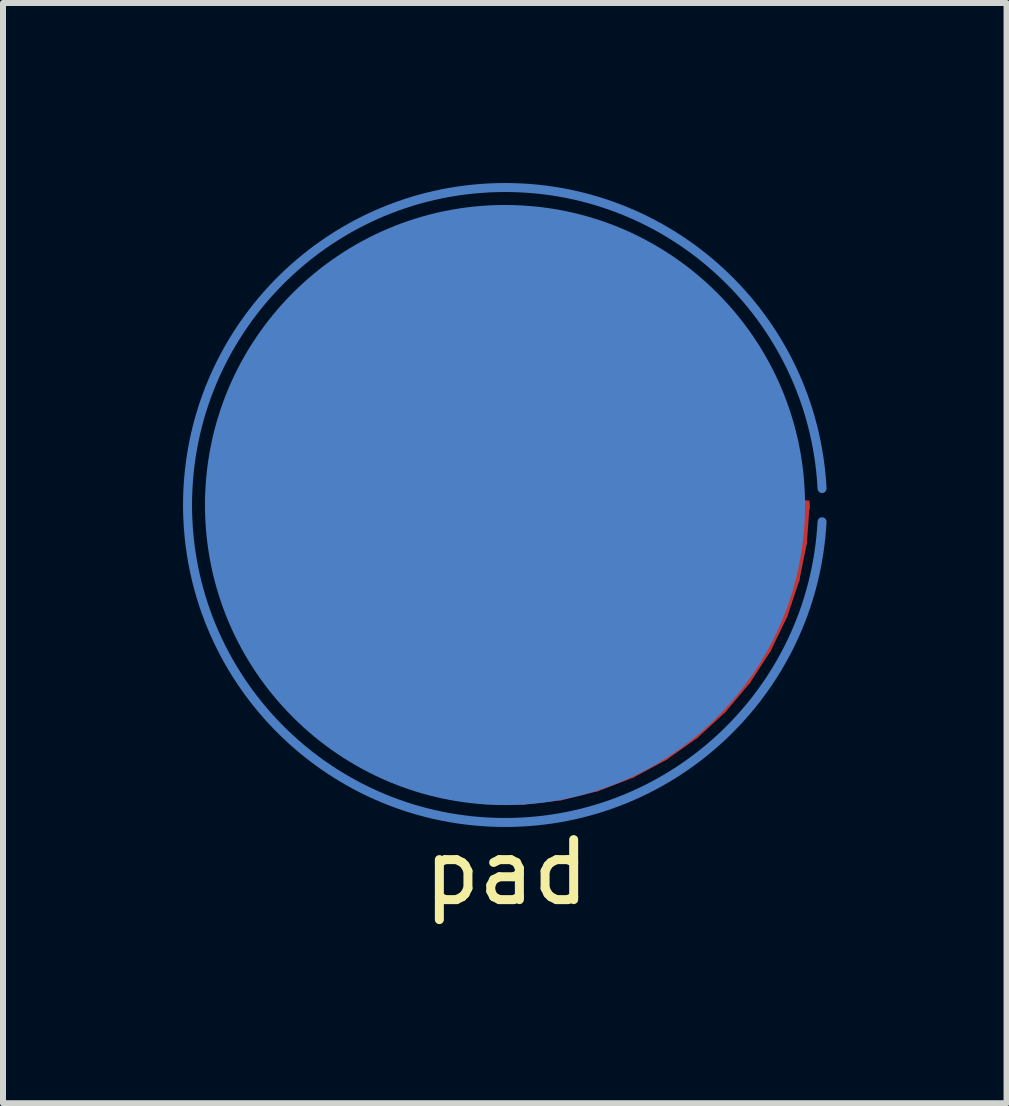
<source format=kicad_pcb>
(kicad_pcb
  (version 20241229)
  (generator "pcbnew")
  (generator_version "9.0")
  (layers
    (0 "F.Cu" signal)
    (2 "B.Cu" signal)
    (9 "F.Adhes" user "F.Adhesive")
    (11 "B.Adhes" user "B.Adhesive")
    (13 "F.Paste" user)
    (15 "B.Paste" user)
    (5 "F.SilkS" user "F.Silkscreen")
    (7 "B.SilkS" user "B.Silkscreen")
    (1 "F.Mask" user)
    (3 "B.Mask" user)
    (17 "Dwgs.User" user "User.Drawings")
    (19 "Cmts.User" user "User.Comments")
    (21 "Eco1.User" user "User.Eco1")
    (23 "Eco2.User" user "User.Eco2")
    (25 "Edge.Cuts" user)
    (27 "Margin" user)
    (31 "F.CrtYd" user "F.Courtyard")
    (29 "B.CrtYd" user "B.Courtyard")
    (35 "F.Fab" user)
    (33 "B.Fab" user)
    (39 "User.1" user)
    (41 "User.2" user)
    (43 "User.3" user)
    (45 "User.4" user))
  (footprint "pad"
    (layer "F.Cu")
    (at 5.366 5.366)
    (property "Reference" "pad" (at 0.025 6.121 0) (layer "F.SilkS") (effects (font (size 1 1) (thickness 0.15))))
    (attr through_hole)
    (fp_line (start -4.848 0) (end -4.803 -0.607) (stroke (width 0.152) (type solid)) (layer "F.Cu"))
    (fp_line (start -4.815 0.608) (end -4.848 0) (stroke (width 0.152) (type solid)) (layer "F.Cu"))
    (fp_line (start -4.803 -0.607) (end -4.683 -1.203) (stroke (width 0.152) (type solid)) (layer "F.Cu"))
    (fp_line (start -4.707 1.209) (end -4.815 0.608) (stroke (width 0.152) (type solid)) (layer "F.Cu"))
    (fp_line (start -4.683 -1.203) (end -4.49 -1.778) (stroke (width 0.152) (type solid)) (layer "F.Cu"))
    (fp_line (start -4.543 0) (end -4.501 -0.569) (stroke (width 0.152) (type solid)) (layer "F.Cu"))
    (fp_line (start -4.524 1.791) (end -4.707 1.209) (stroke (width 0.152) (type solid)) (layer "F.Cu"))
    (fp_line (start -4.513 0.57) (end -4.543 0) (stroke (width 0.152) (type solid)) (layer "F.Cu"))
    (fp_line (start -4.501 -0.569) (end -4.388 -1.127) (stroke (width 0.152) (type solid)) (layer "F.Cu"))
    (fp_line (start -4.49 -1.778) (end -4.227 -2.324) (stroke (width 0.152) (type solid)) (layer "F.Cu"))
    (fp_line (start -4.412 1.133) (end -4.513 0.57) (stroke (width 0.152) (type solid)) (layer "F.Cu"))
    (fp_line (start -4.388 -1.127) (end -4.207 -1.666) (stroke (width 0.152) (type solid)) (layer "F.Cu"))
    (fp_line (start -4.269 2.347) (end -4.524 1.791) (stroke (width 0.152) (type solid)) (layer "F.Cu"))
    (fp_line (start -4.241 1.679) (end -4.412 1.133) (stroke (width 0.152) (type solid)) (layer "F.Cu"))
    (fp_line (start -4.238 0) (end -4.199 -0.53) (stroke (width 0.152) (type solid)) (layer "F.Cu"))
    (fp_line (start -4.227 -2.324) (end -3.897 -2.831) (stroke (width 0.152) (type solid)) (layer "F.Cu"))
    (fp_line (start -4.211 0.532) (end -4.238 0) (stroke (width 0.152) (type solid)) (layer "F.Cu"))
    (fp_line (start -4.207 -1.666) (end -3.96 -2.177) (stroke (width 0.152) (type solid)) (layer "F.Cu"))
    (fp_line (start -4.199 -0.53) (end -4.093 -1.051) (stroke (width 0.152) (type solid)) (layer "F.Cu"))
    (fp_line (start -4.117 1.057) (end -4.211 0.532) (stroke (width 0.152) (type solid)) (layer "F.Cu"))
    (fp_line (start -4.093 -1.051) (end -3.923 -1.553) (stroke (width 0.152) (type solid)) (layer "F.Cu"))
    (fp_line (start -4.002 2.2) (end -4.241 1.679) (stroke (width 0.152) (type solid)) (layer "F.Cu"))
    (fp_line (start -3.96 -2.177) (end -3.651 -2.652) (stroke (width 0.152) (type solid)) (layer "F.Cu"))
    (fp_line (start -3.957 1.567) (end -4.117 1.057) (stroke (width 0.152) (type solid)) (layer "F.Cu"))
    (fp_line (start -3.946 2.867) (end -4.269 2.347) (stroke (width 0.152) (type solid)) (layer "F.Cu"))
    (fp_line (start -3.933 0) (end -3.896 -0.492) (stroke (width 0.152) (type solid)) (layer "F.Cu"))
    (fp_line (start -3.923 -1.553) (end -3.692 -2.03) (stroke (width 0.152) (type solid)) (layer "F.Cu"))
    (fp_line (start -3.908 0.494) (end -3.933 0) (stroke (width 0.152) (type solid)) (layer "F.Cu"))
    (fp_line (start -3.897 -2.831) (end -3.507 -3.293) (stroke (width 0.152) (type solid)) (layer "F.Cu"))
    (fp_line (start -3.896 -0.492) (end -3.798 -0.975) (stroke (width 0.152) (type solid)) (layer "F.Cu"))
    (fp_line (start -3.821 0.981) (end -3.908 0.494) (stroke (width 0.152) (type solid)) (layer "F.Cu"))
    (fp_line (start -3.798 -0.975) (end -3.64 -1.441) (stroke (width 0.152) (type solid)) (layer "F.Cu"))
    (fp_line (start -3.735 2.053) (end -3.957 1.567) (stroke (width 0.152) (type solid)) (layer "F.Cu"))
    (fp_line (start -3.7 2.688) (end -4.002 2.2) (stroke (width 0.152) (type solid)) (layer "F.Cu"))
    (fp_line (start -3.692 -2.03) (end -3.404 -2.473) (stroke (width 0.152) (type solid)) (layer "F.Cu"))
    (fp_line (start -3.674 1.455) (end -3.821 0.981) (stroke (width 0.152) (type solid)) (layer "F.Cu"))
    (fp_line (start -3.651 -2.652) (end -3.285 -3.085) (stroke (width 0.152) (type solid)) (layer "F.Cu"))
    (fp_line (start -3.64 -1.441) (end -3.425 -1.883) (stroke (width 0.152) (type solid)) (layer "F.Cu"))
    (fp_line (start -3.628 0) (end -3.594 -0.454) (stroke (width 0.152) (type solid)) (layer "F.Cu"))
    (fp_line (start -3.606 0.456) (end -3.628 0) (stroke (width 0.152) (type solid)) (layer "F.Cu"))
    (fp_line (start -3.594 -0.454) (end -3.503 -0.899) (stroke (width 0.152) (type solid)) (layer "F.Cu"))
    (fp_line (start -3.56 3.343) (end -3.946 2.867) (stroke (width 0.152) (type solid)) (layer "F.Cu"))
    (fp_line (start -3.526 0.905) (end -3.606 0.456) (stroke (width 0.152) (type solid)) (layer "F.Cu"))
    (fp_line (start -3.507 -3.293) (end -3.063 -3.702) (stroke (width 0.152) (type solid)) (layer "F.Cu"))
    (fp_line (start -3.503 -0.899) (end -3.357 -1.329) (stroke (width 0.152) (type solid)) (layer "F.Cu"))
    (fp_line (start -3.468 1.907) (end -3.674 1.455) (stroke (width 0.152) (type solid)) (layer "F.Cu"))
    (fp_line (start -3.453 2.509) (end -3.735 2.053) (stroke (width 0.152) (type solid)) (layer "F.Cu"))
    (fp_line (start -3.425 -1.883) (end -3.157 -2.294) (stroke (width 0.152) (type solid)) (layer "F.Cu"))
    (fp_line (start -3.404 -2.473) (end -3.063 -2.876) (stroke (width 0.152) (type solid)) (layer "F.Cu"))
    (fp_line (start -3.391 1.342) (end -3.526 0.905) (stroke (width 0.152) (type solid)) (layer "F.Cu"))
    (fp_line (start -3.357 -1.329) (end -3.158 -1.736) (stroke (width 0.152) (type solid)) (layer "F.Cu"))
    (fp_line (start -3.338 3.135) (end -3.7 2.688) (stroke (width 0.152) (type solid)) (layer "F.Cu"))
    (fp_line (start -3.324 0) (end -3.291 -0.416) (stroke (width 0.152) (type solid)) (layer "F.Cu"))
    (fp_line (start -3.303 0.417) (end -3.324 0) (stroke (width 0.152) (type solid)) (layer "F.Cu"))
    (fp_line (start -3.291 -0.416) (end -3.207 -0.824) (stroke (width 0.152) (type solid)) (layer "F.Cu"))
    (fp_line (start -3.285 -3.085) (end -2.868 -3.467) (stroke (width 0.152) (type solid)) (layer "F.Cu"))
    (fp_line (start -3.231 0.83) (end -3.303 0.417) (stroke (width 0.152) (type solid)) (layer "F.Cu"))
    (fp_line (start -3.207 -0.824) (end -3.073 -1.217) (stroke (width 0.152) (type solid)) (layer "F.Cu"))
    (fp_line (start -3.207 2.33) (end -3.468 1.907) (stroke (width 0.152) (type solid)) (layer "F.Cu"))
    (fp_line (start -3.201 1.76) (end -3.391 1.342) (stroke (width 0.152) (type solid)) (layer "F.Cu"))
    (fp_line (start -3.158 -1.736) (end -2.911 -2.115) (stroke (width 0.152) (type solid)) (layer "F.Cu"))
    (fp_line (start -3.157 -2.294) (end -2.841 -2.667) (stroke (width 0.152) (type solid)) (layer "F.Cu"))
    (fp_line (start -3.117 3.768) (end -3.56 3.343) (stroke (width 0.152) (type solid)) (layer "F.Cu"))
    (fp_line (start -3.116 2.926) (end -3.453 2.509) (stroke (width 0.152) (type solid)) (layer "F.Cu"))
    (fp_line (start -3.107 1.23) (end -3.231 0.83) (stroke (width 0.152) (type solid)) (layer "F.Cu"))
    (fp_line (start -3.073 -1.217) (end -2.891 -1.589) (stroke (width 0.152) (type solid)) (layer "F.Cu"))
    (fp_line (start -3.063 -3.702) (end -2.571 -4.052) (stroke (width 0.152) (type solid)) (layer "F.Cu"))
    (fp_line (start -3.063 -2.876) (end -2.674 -3.233) (stroke (width 0.152) (type solid)) (layer "F.Cu"))
    (fp_line (start -3.019 0) (end -2.989 -0.378) (stroke (width 0.152) (type solid)) (layer "F.Cu"))
    (fp_line (start -3.001 0.379) (end -3.019 0) (stroke (width 0.152) (type solid)) (layer "F.Cu"))
    (fp_line (start -2.989 -0.378) (end -2.912 -0.748) (stroke (width 0.152) (type solid)) (layer "F.Cu"))
    (fp_line (start -2.96 2.151) (end -3.201 1.76) (stroke (width 0.152) (type solid)) (layer "F.Cu"))
    (fp_line (start -2.936 0.754) (end -3.001 0.379) (stroke (width 0.152) (type solid)) (layer "F.Cu"))
    (fp_line (start -2.934 1.613) (end -3.107 1.23) (stroke (width 0.152) (type solid)) (layer "F.Cu"))
    (fp_line (start -2.923 3.533) (end -3.338 3.135) (stroke (width 0.152) (type solid)) (layer "F.Cu"))
    (fp_line (start -2.912 -0.748) (end -2.79 -1.105) (stroke (width 0.152) (type solid)) (layer "F.Cu"))
    (fp_line (start -2.911 -2.115) (end -2.618 -2.459) (stroke (width 0.152) (type solid)) (layer "F.Cu"))
    (fp_line (start -2.894 2.717) (end -3.207 2.33) (stroke (width 0.152) (type solid)) (layer "F.Cu"))
    (fp_line (start -2.891 -1.589) (end -2.664 -1.936) (stroke (width 0.152) (type solid)) (layer "F.Cu"))
    (fp_line (start -2.868 -3.467) (end -2.408 -3.794) (stroke (width 0.152) (type solid)) (layer "F.Cu"))
    (fp_line (start -2.841 -2.667) (end -2.48 -2.998) (stroke (width 0.152) (type solid)) (layer "F.Cu"))
    (fp_line (start -2.824 1.118) (end -2.936 0.754) (stroke (width 0.152) (type solid)) (layer "F.Cu"))
    (fp_line (start -2.79 -1.105) (end -2.624 -1.443) (stroke (width 0.152) (type solid)) (layer "F.Cu"))
    (fp_line (start -2.729 3.298) (end -3.116 2.926) (stroke (width 0.152) (type solid)) (layer "F.Cu"))
    (fp_line (start -2.714 0) (end -2.687 -0.339) (stroke (width 0.152) (type solid)) (layer "F.Cu"))
    (fp_line (start -2.714 1.971) (end -2.934 1.613) (stroke (width 0.152) (type solid)) (layer "F.Cu"))
    (fp_line (start -2.699 0.341) (end -2.714 0) (stroke (width 0.152) (type solid)) (layer "F.Cu"))
    (fp_line (start -2.687 -0.339) (end -2.617 -0.672) (stroke (width 0.152) (type solid)) (layer "F.Cu"))
    (fp_line (start -2.674 -3.233) (end -2.245 -3.537) (stroke (width 0.152) (type solid)) (layer "F.Cu"))
    (fp_line (start -2.672 2.509) (end -2.96 2.151) (stroke (width 0.152) (type solid)) (layer "F.Cu"))
    (fp_line (start -2.667 1.466) (end -2.824 1.118) (stroke (width 0.152) (type solid)) (layer "F.Cu"))
    (fp_line (start -2.664 -1.936) (end -2.396 -2.25) (stroke (width 0.152) (type solid)) (layer "F.Cu"))
    (fp_line (start -2.641 0.678) (end -2.699 0.341) (stroke (width 0.152) (type solid)) (layer "F.Cu"))
    (fp_line (start -2.624 -1.443) (end -2.418 -1.756) (stroke (width 0.152) (type solid)) (layer "F.Cu"))
    (fp_line (start -2.624 4.134) (end -3.117 3.768) (stroke (width 0.152) (type solid)) (layer "F.Cu"))
    (fp_line (start -2.618 -2.459) (end -2.286 -2.763) (stroke (width 0.152) (type solid)) (layer "F.Cu"))
    (fp_line (start -2.617 -0.672) (end -2.506 -0.992) (stroke (width 0.152) (type solid)) (layer "F.Cu"))
    (fp_line (start -2.571 -4.052) (end -2.041 -4.337) (stroke (width 0.152) (type solid)) (layer "F.Cu"))
    (fp_line (start -2.54 1.006) (end -2.641 0.678) (stroke (width 0.152) (type solid)) (layer "F.Cu"))
    (fp_line (start -2.534 3.063) (end -2.894 2.717) (stroke (width 0.152) (type solid)) (layer "F.Cu"))
    (fp_line (start -2.506 -0.992) (end -2.357 -1.296) (stroke (width 0.152) (type solid)) (layer "F.Cu"))
    (fp_line (start -2.48 -2.998) (end -2.081 -3.28) (stroke (width 0.152) (type solid)) (layer "F.Cu"))
    (fp_line (start -2.467 1.792) (end -2.667 1.466) (stroke (width 0.152) (type solid)) (layer "F.Cu"))
    (fp_line (start -2.46 3.877) (end -2.923 3.533) (stroke (width 0.152) (type solid)) (layer "F.Cu"))
    (fp_line (start -2.449 2.3) (end -2.714 1.971) (stroke (width 0.152) (type solid)) (layer "F.Cu"))
    (fp_line (start -2.418 -1.756) (end -2.174 -2.041) (stroke (width 0.152) (type solid)) (layer "F.Cu"))
    (fp_line (start -2.409 0) (end -2.384 -0.301) (stroke (width 0.152) (type solid)) (layer "F.Cu"))
    (fp_line (start -2.408 -3.794) (end -1.911 -4.061) (stroke (width 0.152) (type solid)) (layer "F.Cu"))
    (fp_line (start -2.4 1.319) (end -2.54 1.006) (stroke (width 0.152) (type solid)) (layer "F.Cu"))
    (fp_line (start -2.396 0.303) (end -2.409 0) (stroke (width 0.152) (type solid)) (layer "F.Cu"))
    (fp_line (start -2.396 -2.25) (end -2.091 -2.528) (stroke (width 0.152) (type solid)) (layer "F.Cu"))
    (fp_line (start -2.384 -0.301) (end -2.322 -0.596) (stroke (width 0.152) (type solid)) (layer "F.Cu"))
    (fp_line (start -2.357 -1.296) (end -2.171 -1.577) (stroke (width 0.152) (type solid)) (layer "F.Cu"))
    (fp_line (start -2.345 0.602) (end -2.396 0.303) (stroke (width 0.152) (type solid)) (layer "F.Cu"))
    (fp_line (start -2.34 2.829) (end -2.672 2.509) (stroke (width 0.152) (type solid)) (layer "F.Cu"))
    (fp_line (start -2.322 -0.596) (end -2.223 -0.88) (stroke (width 0.152) (type solid)) (layer "F.Cu"))
    (fp_line (start -2.297 3.619) (end -2.729 3.298) (stroke (width 0.152) (type solid)) (layer "F.Cu"))
    (fp_line (start -2.286 -2.763) (end -1.918 -3.022) (stroke (width 0.152) (type solid)) (layer "F.Cu"))
    (fp_line (start -2.257 0.894) (end -2.345 0.602) (stroke (width 0.152) (type solid)) (layer "F.Cu"))
    (fp_line (start -2.245 -3.537) (end -1.781 -3.785) (stroke (width 0.152) (type solid)) (layer "F.Cu"))
    (fp_line (start -2.227 2.092) (end -2.467 1.792) (stroke (width 0.152) (type solid)) (layer "F.Cu"))
    (fp_line (start -2.223 -0.88) (end -2.09 -1.149) (stroke (width 0.152) (type solid)) (layer "F.Cu"))
    (fp_line (start -2.22 1.613) (end -2.4 1.319) (stroke (width 0.152) (type solid)) (layer "F.Cu"))
    (fp_line (start -2.174 -2.041) (end -1.897 -2.293) (stroke (width 0.152) (type solid)) (layer "F.Cu"))
    (fp_line (start -2.171 -1.577) (end -1.952 -1.833) (stroke (width 0.152) (type solid)) (layer "F.Cu"))
    (fp_line (start -2.146 2.594) (end -2.449 2.3) (stroke (width 0.152) (type solid)) (layer "F.Cu"))
    (fp_line (start -2.134 3.362) (end -2.534 3.063) (stroke (width 0.152) (type solid)) (layer "F.Cu"))
    (fp_line (start -2.133 1.172) (end -2.257 0.894) (stroke (width 0.152) (type solid)) (layer "F.Cu"))
    (fp_line (start -2.104 0) (end -2.082 -0.263) (stroke (width 0.152) (type solid)) (layer "F.Cu"))
    (fp_line (start -2.094 0.265) (end -2.104 0) (stroke (width 0.152) (type solid)) (layer "F.Cu"))
    (fp_line (start -2.091 -2.528) (end -1.755 -2.765) (stroke (width 0.152) (type solid)) (layer "F.Cu"))
    (fp_line (start -2.09 -1.149) (end -1.924 -1.398) (stroke (width 0.152) (type solid)) (layer "F.Cu"))
    (fp_line (start -2.087 4.436) (end -2.624 4.134) (stroke (width 0.152) (type solid)) (layer "F.Cu"))
    (fp_line (start -2.082 -0.263) (end -2.026 -0.52) (stroke (width 0.152) (type solid)) (layer "F.Cu"))
    (fp_line (start -2.081 -3.28) (end -1.651 -3.509) (stroke (width 0.152) (type solid)) (layer "F.Cu"))
    (fp_line (start -2.05 0.526) (end -2.094 0.265) (stroke (width 0.152) (type solid)) (layer "F.Cu"))
    (fp_line (start -2.041 -4.337) (end -1.479 -4.552) (stroke (width 0.152) (type solid)) (layer "F.Cu"))
    (fp_line (start -2.026 -0.52) (end -1.94 -0.768) (stroke (width 0.152) (type solid)) (layer "F.Cu"))
    (fp_line (start -2.005 1.883) (end -2.22 1.613) (stroke (width 0.152) (type solid)) (layer "F.Cu"))
    (fp_line (start -1.974 1.434) (end -2.133 1.172) (stroke (width 0.152) (type solid)) (layer "F.Cu"))
    (fp_line (start -1.974 0.781) (end -2.05 0.526) (stroke (width 0.152) (type solid)) (layer "F.Cu"))
    (fp_line (start -1.97 3.105) (end -2.34 2.829) (stroke (width 0.152) (type solid)) (layer "F.Cu"))
    (fp_line (start -1.958 4.16) (end -2.46 3.877) (stroke (width 0.152) (type solid)) (layer "F.Cu"))
    (fp_line (start -1.952 -1.833) (end -1.703 -2.058) (stroke (width 0.152) (type solid)) (layer "F.Cu"))
    (fp_line (start -1.951 2.359) (end -2.227 2.092) (stroke (width 0.152) (type solid)) (layer "F.Cu"))
    (fp_line (start -1.94 -0.768) (end -1.823 -1.002) (stroke (width 0.152) (type solid)) (layer "F.Cu"))
    (fp_line (start -1.924 -1.398) (end -1.73 -1.624) (stroke (width 0.152) (type solid)) (layer "F.Cu"))
    (fp_line (start -1.918 -3.022) (end -1.522 -3.233) (stroke (width 0.152) (type solid)) (layer "F.Cu"))
    (fp_line (start -1.911 -4.061) (end -1.385 -4.262) (stroke (width 0.152) (type solid)) (layer "F.Cu"))
    (fp_line (start -1.897 -2.293) (end -1.591 -2.508) (stroke (width 0.152) (type solid)) (layer "F.Cu"))
    (fp_line (start -1.865 1.026) (end -1.974 0.781) (stroke (width 0.152) (type solid)) (layer "F.Cu"))
    (fp_line (start -1.828 3.884) (end -2.297 3.619) (stroke (width 0.152) (type solid)) (layer "F.Cu"))
    (fp_line (start -1.823 -1.002) (end -1.678 -1.219) (stroke (width 0.152) (type solid)) (layer "F.Cu"))
    (fp_line (start -1.807 2.847) (end -2.146 2.594) (stroke (width 0.152) (type solid)) (layer "F.Cu"))
    (fp_line (start -1.8 0) (end -1.779 -0.225) (stroke (width 0.152) (type solid)) (layer "F.Cu"))
    (fp_line (start -1.791 0.226) (end -1.8 0) (stroke (width 0.152) (type solid)) (layer "F.Cu"))
    (fp_line (start -1.783 1.674) (end -1.974 1.434) (stroke (width 0.152) (type solid)) (layer "F.Cu"))
    (fp_line (start -1.781 -3.785) (end -1.291 -3.973) (stroke (width 0.152) (type solid)) (layer "F.Cu"))
    (fp_line (start -1.779 -0.225) (end -1.731 -0.445) (stroke (width 0.152) (type solid)) (layer "F.Cu"))
    (fp_line (start -1.757 2.124) (end -2.005 1.883) (stroke (width 0.152) (type solid)) (layer "F.Cu"))
    (fp_line (start -1.755 0.451) (end -1.791 0.226) (stroke (width 0.152) (type solid)) (layer "F.Cu"))
    (fp_line (start -1.755 -2.765) (end -1.392 -2.958) (stroke (width 0.152) (type solid)) (layer "F.Cu"))
    (fp_line (start -1.731 -0.445) (end -1.656 -0.656) (stroke (width 0.152) (type solid)) (layer "F.Cu"))
    (fp_line (start -1.73 -1.624) (end -1.508 -1.823) (stroke (width 0.152) (type solid)) (layer "F.Cu"))
    (fp_line (start -1.727 1.255) (end -1.865 1.026) (stroke (width 0.152) (type solid)) (layer "F.Cu"))
    (fp_line (start -1.703 -2.058) (end -1.428 -2.25) (stroke (width 0.152) (type solid)) (layer "F.Cu"))
    (fp_line (start -1.698 3.609) (end -2.134 3.362) (stroke (width 0.152) (type solid)) (layer "F.Cu"))
    (fp_line (start -1.69 0.669) (end -1.755 0.451) (stroke (width 0.152) (type solid)) (layer "F.Cu"))
    (fp_line (start -1.678 -1.219) (end -1.507 -1.416) (stroke (width 0.152) (type solid)) (layer "F.Cu"))
    (fp_line (start -1.656 -0.656) (end -1.556 -0.855) (stroke (width 0.152) (type solid)) (layer "F.Cu"))
    (fp_line (start -1.651 -3.509) (end -1.197 -3.683) (stroke (width 0.152) (type solid)) (layer "F.Cu"))
    (fp_line (start -1.644 2.59) (end -1.951 2.359) (stroke (width 0.152) (type solid)) (layer "F.Cu"))
    (fp_line (start -1.598 0.879) (end -1.69 0.669) (stroke (width 0.152) (type solid)) (layer "F.Cu"))
    (fp_line (start -1.591 -2.508) (end -1.262 -2.682) (stroke (width 0.152) (type solid)) (layer "F.Cu"))
    (fp_line (start -1.568 3.333) (end -1.97 3.105) (stroke (width 0.152) (type solid)) (layer "F.Cu"))
    (fp_line (start -1.563 1.889) (end -1.783 1.674) (stroke (width 0.152) (type solid)) (layer "F.Cu"))
    (fp_line (start -1.561 1.466) (end -1.727 1.255) (stroke (width 0.152) (type solid)) (layer "F.Cu"))
    (fp_line (start -1.556 -0.855) (end -1.431 -1.04) (stroke (width 0.152) (type solid)) (layer "F.Cu"))
    (fp_line (start -1.522 -3.233) (end -1.102 -3.393) (stroke (width 0.152) (type solid)) (layer "F.Cu"))
    (fp_line (start -1.517 4.668) (end -2.087 4.436) (stroke (width 0.152) (type solid)) (layer "F.Cu"))
    (fp_line (start -1.508 -1.823) (end -1.265 -1.993) (stroke (width 0.152) (type solid)) (layer "F.Cu"))
    (fp_line (start -1.507 -1.416) (end -1.314 -1.589) (stroke (width 0.152) (type solid)) (layer "F.Cu"))
    (fp_line (start -1.495 0) (end -1.477 -0.187) (stroke (width 0.152) (type solid)) (layer "F.Cu"))
    (fp_line (start -1.489 0.188) (end -1.495 0) (stroke (width 0.152) (type solid)) (layer "F.Cu"))
    (fp_line (start -1.481 1.076) (end -1.598 0.879) (stroke (width 0.152) (type solid)) (layer "F.Cu"))
    (fp_line (start -1.48 2.333) (end -1.757 2.124) (stroke (width 0.152) (type solid)) (layer "F.Cu"))
    (fp_line (start -1.479 -4.552) (end -0.896 -4.696) (stroke (width 0.152) (type solid)) (layer "F.Cu"))
    (fp_line (start -1.477 -0.187) (end -1.436 -0.369) (stroke (width 0.152) (type solid)) (layer "F.Cu"))
    (fp_line (start -1.46 0.375) (end -1.489 0.188) (stroke (width 0.152) (type solid)) (layer "F.Cu"))
    (fp_line (start -1.438 3.057) (end -1.807 2.847) (stroke (width 0.152) (type solid)) (layer "F.Cu"))
    (fp_line (start -1.436 -0.369) (end -1.373 -0.544) (stroke (width 0.152) (type solid)) (layer "F.Cu"))
    (fp_line (start -1.431 -1.04) (end -1.285 -1.207) (stroke (width 0.152) (type solid)) (layer "F.Cu"))
    (fp_line (start -1.428 -2.25) (end -1.132 -2.406) (stroke (width 0.152) (type solid)) (layer "F.Cu"))
    (fp_line (start -1.423 4.378) (end -1.958 4.16) (stroke (width 0.152) (type solid)) (layer "F.Cu"))
    (fp_line (start -1.407 0.557) (end -1.46 0.375) (stroke (width 0.152) (type solid)) (layer "F.Cu"))
    (fp_line (start -1.392 -2.958) (end -1.008 -3.103) (stroke (width 0.152) (type solid)) (layer "F.Cu"))
    (fp_line (start -1.385 -4.262) (end -0.839 -4.396) (stroke (width 0.152) (type solid)) (layer "F.Cu"))
    (fp_line (start -1.373 -0.544) (end -1.289 -0.708) (stroke (width 0.152) (type solid)) (layer "F.Cu"))
    (fp_line (start -1.369 1.654) (end -1.561 1.466) (stroke (width 0.152) (type solid)) (layer "F.Cu"))
    (fp_line (start -1.339 1.257) (end -1.481 1.076) (stroke (width 0.152) (type solid)) (layer "F.Cu"))
    (fp_line (start -1.331 0.732) (end -1.407 0.557) (stroke (width 0.152) (type solid)) (layer "F.Cu"))
    (fp_line (start -1.328 4.089) (end -1.828 3.884) (stroke (width 0.152) (type solid)) (layer "F.Cu"))
    (fp_line (start -1.317 2.075) (end -1.563 1.889) (stroke (width 0.152) (type solid)) (layer "F.Cu"))
    (fp_line (start -1.314 -1.589) (end -1.101 -1.736) (stroke (width 0.152) (type solid)) (layer "F.Cu"))
    (fp_line (start -1.309 2.781) (end -1.644 2.59) (stroke (width 0.152) (type solid)) (layer "F.Cu"))
    (fp_line (start -1.291 -3.973) (end -0.782 -4.097) (stroke (width 0.152) (type solid)) (layer "F.Cu"))
    (fp_line (start -1.289 -0.708) (end -1.185 -0.861) (stroke (width 0.152) (type solid)) (layer "F.Cu"))
    (fp_line (start -1.285 -1.207) (end -1.12 -1.354) (stroke (width 0.152) (type solid)) (layer "F.Cu"))
    (fp_line (start -1.265 -1.993) (end -1.002 -2.13) (stroke (width 0.152) (type solid)) (layer "F.Cu"))
    (fp_line (start -1.262 -2.682) (end -0.914 -2.813) (stroke (width 0.152) (type solid)) (layer "F.Cu"))
    (fp_line (start -1.234 3.799) (end -1.698 3.609) (stroke (width 0.152) (type solid)) (layer "F.Cu"))
    (fp_line (start -1.234 0.897) (end -1.331 0.732) (stroke (width 0.152) (type solid)) (layer "F.Cu"))
    (fp_line (start -1.197 -3.683) (end -0.724 -3.798) (stroke (width 0.152) (type solid)) (layer "F.Cu"))
    (fp_line (start -1.19 0) (end -1.175 -0.148) (stroke (width 0.152) (type solid)) (layer "F.Cu"))
    (fp_line (start -1.187 0.15) (end -1.19 0) (stroke (width 0.152) (type solid)) (layer "F.Cu"))
    (fp_line (start -1.185 -0.861) (end -1.063 -0.998) (stroke (width 0.152) (type solid)) (layer "F.Cu"))
    (fp_line (start -1.179 2.505) (end -1.48 2.333) (stroke (width 0.152) (type solid)) (layer "F.Cu"))
    (fp_line (start -1.175 -0.148) (end -1.141 -0.293) (stroke (width 0.152) (type solid)) (layer "F.Cu"))
    (fp_line (start -1.174 1.419) (end -1.339 1.257) (stroke (width 0.152) (type solid)) (layer "F.Cu"))
    (fp_line (start -1.164 0.299) (end -1.187 0.15) (stroke (width 0.152) (type solid)) (layer "F.Cu"))
    (fp_line (start -1.154 1.818) (end -1.369 1.654) (stroke (width 0.152) (type solid)) (layer "F.Cu"))
    (fp_line (start -1.141 -0.293) (end -1.089 -0.431) (stroke (width 0.152) (type solid)) (layer "F.Cu"))
    (fp_line (start -1.14 3.509) (end -1.568 3.333) (stroke (width 0.152) (type solid)) (layer "F.Cu"))
    (fp_line (start -1.132 -2.406) (end -0.82 -2.523) (stroke (width 0.152) (type solid)) (layer "F.Cu"))
    (fp_line (start -1.123 0.445) (end -1.164 0.299) (stroke (width 0.152) (type solid)) (layer "F.Cu"))
    (fp_line (start -1.12 -1.354) (end -0.938 -1.478) (stroke (width 0.152) (type solid)) (layer "F.Cu"))
    (fp_line (start -1.116 1.048) (end -1.234 0.897) (stroke (width 0.152) (type solid)) (layer "F.Cu"))
    (fp_line (start -1.102 -3.393) (end -0.667 -3.498) (stroke (width 0.152) (type solid)) (layer "F.Cu"))
    (fp_line (start -1.101 -1.736) (end -0.873 -1.854) (stroke (width 0.152) (type solid)) (layer "F.Cu"))
    (fp_line (start -1.089 -0.431) (end -1.021 -0.562) (stroke (width 0.152) (type solid)) (layer "F.Cu"))
    (fp_line (start -1.064 0.585) (end -1.123 0.445) (stroke (width 0.152) (type solid)) (layer "F.Cu"))
    (fp_line (start -1.063 -0.998) (end -0.926 -1.119) (stroke (width 0.152) (type solid)) (layer "F.Cu"))
    (fp_line (start -1.049 2.23) (end -1.317 2.075) (stroke (width 0.152) (type solid)) (layer "F.Cu"))
    (fp_line (start -1.046 3.219) (end -1.438 3.057) (stroke (width 0.152) (type solid)) (layer "F.Cu"))
    (fp_line (start -1.021 -0.562) (end -0.938 -0.682) (stroke (width 0.152) (type solid)) (layer "F.Cu"))
    (fp_line (start -1.008 -3.103) (end -0.61 -3.199) (stroke (width 0.152) (type solid)) (layer "F.Cu"))
    (fp_line (start -1.002 -2.13) (end -0.726 -2.233) (stroke (width 0.152) (type solid)) (layer "F.Cu"))
    (fp_line (start -0.99 1.561) (end -1.174 1.419) (stroke (width 0.152) (type solid)) (layer "F.Cu"))
    (fp_line (start -0.987 0.717) (end -1.064 0.585) (stroke (width 0.152) (type solid)) (layer "F.Cu"))
    (fp_line (start -0.98 1.185) (end -1.116 1.048) (stroke (width 0.152) (type solid)) (layer "F.Cu"))
    (fp_line (start -0.952 2.929) (end -1.309 2.781) (stroke (width 0.152) (type solid)) (layer "F.Cu"))
    (fp_line (start -0.938 -1.478) (end -0.743 -1.579) (stroke (width 0.152) (type solid)) (layer "F.Cu"))
    (fp_line (start -0.938 -0.682) (end -0.841 -0.79) (stroke (width 0.152) (type solid)) (layer "F.Cu"))
    (fp_line (start -0.926 -1.119) (end -0.775 -1.221) (stroke (width 0.152) (type solid)) (layer "F.Cu"))
    (fp_line (start -0.921 4.828) (end -1.517 4.668) (stroke (width 0.152) (type solid)) (layer "F.Cu"))
    (fp_line (start -0.919 1.954) (end -1.154 1.818) (stroke (width 0.152) (type solid)) (layer "F.Cu"))
    (fp_line (start -0.914 -2.813) (end -0.553 -2.899) (stroke (width 0.152) (type solid)) (layer "F.Cu"))
    (fp_line (start -0.896 -4.696) (end -0.3 -4.765) (stroke (width 0.152) (type solid)) (layer "F.Cu"))
    (fp_line (start -0.894 0.84) (end -0.987 0.717) (stroke (width 0.152) (type solid)) (layer "F.Cu"))
    (fp_line (start -0.885 0) (end -0.872 -0.11) (stroke (width 0.152) (type solid)) (layer "F.Cu"))
    (fp_line (start -0.884 0.112) (end -0.885 0) (stroke (width 0.152) (type solid)) (layer "F.Cu"))
    (fp_line (start -0.873 -1.854) (end -0.631 -1.943) (stroke (width 0.152) (type solid)) (layer "F.Cu"))
    (fp_line (start -0.872 -0.11) (end -0.846 -0.217) (stroke (width 0.152) (type solid)) (layer "F.Cu"))
    (fp_line (start -0.869 0.223) (end -0.884 0.112) (stroke (width 0.152) (type solid)) (layer "F.Cu"))
    (fp_line (start -0.864 4.528) (end -1.423 4.378) (stroke (width 0.152) (type solid)) (layer "F.Cu"))
    (fp_line (start -0.858 2.639) (end -1.179 2.505) (stroke (width 0.152) (type solid)) (layer "F.Cu"))
    (fp_line (start -0.846 -0.217) (end -0.806 -0.319) (stroke (width 0.152) (type solid)) (layer "F.Cu"))
    (fp_line (start -0.841 -0.79) (end -0.731 -0.884) (stroke (width 0.152) (type solid)) (layer "F.Cu"))
    (fp_line (start -0.84 0.333) (end -0.869 0.223) (stroke (width 0.152) (type solid)) (layer "F.Cu"))
    (fp_line (start -0.839 -4.396) (end -0.281 -4.461) (stroke (width 0.152) (type solid)) (layer "F.Cu"))
    (fp_line (start -0.827 1.303) (end -0.98 1.185) (stroke (width 0.152) (type solid)) (layer "F.Cu"))
    (fp_line (start -0.82 -2.523) (end -0.496 -2.6) (stroke (width 0.152) (type solid)) (layer "F.Cu"))
    (fp_line (start -0.807 4.229) (end -1.328 4.089) (stroke (width 0.152) (type solid)) (layer "F.Cu"))
    (fp_line (start -0.806 -0.319) (end -0.754 -0.415) (stroke (width 0.152) (type solid)) (layer "F.Cu"))
    (fp_line (start -0.797 0.438) (end -0.84 0.333) (stroke (width 0.152) (type solid)) (layer "F.Cu"))
    (fp_line (start -0.79 1.678) (end -0.99 1.561) (stroke (width 0.152) (type solid)) (layer "F.Cu"))
    (fp_line (start -0.786 0.95) (end -0.894 0.84) (stroke (width 0.152) (type solid)) (layer "F.Cu"))
    (fp_line (start -0.782 -4.097) (end -0.262 -4.157) (stroke (width 0.152) (type solid)) (layer "F.Cu"))
    (fp_line (start -0.775 -1.221) (end -0.613 -1.303) (stroke (width 0.152) (type solid)) (layer "F.Cu"))
    (fp_line (start -0.763 2.349) (end -1.049 2.23) (stroke (width 0.152) (type solid)) (layer "F.Cu"))
    (fp_line (start -0.754 -0.415) (end -0.691 -0.502) (stroke (width 0.152) (type solid)) (layer "F.Cu"))
    (fp_line (start -0.75 3.929) (end -1.234 3.799) (stroke (width 0.152) (type solid)) (layer "F.Cu"))
    (fp_line (start -0.743 -1.579) (end -0.537 -1.654) (stroke (width 0.152) (type solid)) (layer "F.Cu"))
    (fp_line (start -0.741 0.538) (end -0.797 0.438) (stroke (width 0.152) (type solid)) (layer "F.Cu"))
    (fp_line (start -0.731 -0.884) (end -0.612 -0.964) (stroke (width 0.152) (type solid)) (layer "F.Cu"))
    (fp_line (start -0.726 -2.233) (end -0.439 -2.301) (stroke (width 0.152) (type solid)) (layer "F.Cu"))
    (fp_line (start -0.724 -3.798) (end -0.242 -3.852) (stroke (width 0.152) (type solid)) (layer "F.Cu"))
    (fp_line (start -0.692 3.63) (end -1.14 3.509) (stroke (width 0.152) (type solid)) (layer "F.Cu"))
    (fp_line (start -0.691 -0.502) (end -0.619 -0.581) (stroke (width 0.152) (type solid)) (layer "F.Cu"))
    (fp_line (start -0.672 0.631) (end -0.741 0.538) (stroke (width 0.152) (type solid)) (layer "F.Cu"))
    (fp_line (start -0.669 2.059) (end -0.919 1.954) (stroke (width 0.152) (type solid)) (layer "F.Cu"))
    (fp_line (start -0.667 -3.498) (end -0.223 -3.548) (stroke (width 0.152) (type solid)) (layer "F.Cu"))
    (fp_line (start -0.664 1.046) (end -0.786 0.95) (stroke (width 0.152) (type solid)) (layer "F.Cu"))
    (fp_line (start -0.66 1.402) (end -0.827 1.303) (stroke (width 0.152) (type solid)) (layer "F.Cu"))
    (fp_line (start -0.635 3.331) (end -1.046 3.219) (stroke (width 0.152) (type solid)) (layer "F.Cu"))
    (fp_line (start -0.631 -1.943) (end -0.382 -2.001) (stroke (width 0.152) (type solid)) (layer "F.Cu"))
    (fp_line (start -0.619 -0.581) (end -0.537 -0.649) (stroke (width 0.152) (type solid)) (layer "F.Cu"))
    (fp_line (start -0.613 -1.303) (end -0.443 -1.364) (stroke (width 0.152) (type solid)) (layer "F.Cu"))
    (fp_line (start -0.612 -0.964) (end -0.483 -1.027) (stroke (width 0.152) (type solid)) (layer "F.Cu"))
    (fp_line (start -0.61 -3.199) (end -0.204 -3.244) (stroke (width 0.152) (type solid)) (layer "F.Cu"))
    (fp_line (start -0.591 0.715) (end -0.672 0.631) (stroke (width 0.152) (type solid)) (layer "F.Cu"))
    (fp_line (start -0.582 0.074) (end -0.58 0) (stroke (width 0.152) (type solid)) (layer "F.Cu"))
    (fp_line (start -0.58 0) (end -0.57 -0.072) (stroke (width 0.152) (type solid)) (layer "F.Cu"))
    (fp_line (start -0.578 3.031) (end -0.952 2.929) (stroke (width 0.152) (type solid)) (layer "F.Cu"))
    (fp_line (start -0.575 1.769) (end -0.79 1.678) (stroke (width 0.152) (type solid)) (layer "F.Cu"))
    (fp_line (start -0.574 0.147) (end -0.582 0.074) (stroke (width 0.152) (type solid)) (layer "F.Cu"))
    (fp_line (start -0.57 -0.072) (end -0.55 -0.141) (stroke (width 0.152) (type solid)) (layer "F.Cu"))
    (fp_line (start -0.557 0.22) (end -0.574 0.147) (stroke (width 0.152) (type solid)) (layer "F.Cu"))
    (fp_line (start -0.553 -2.899) (end -0.185 -2.94) (stroke (width 0.152) (type solid)) (layer "F.Cu"))
    (fp_line (start -0.55 -0.141) (end -0.523 -0.207) (stroke (width 0.152) (type solid)) (layer "F.Cu"))
    (fp_line (start -0.537 -1.654) (end -0.325 -1.702) (stroke (width 0.152) (type solid)) (layer "F.Cu"))
    (fp_line (start -0.537 -0.649) (end -0.448 -0.706) (stroke (width 0.152) (type solid)) (layer "F.Cu"))
    (fp_line (start -0.53 1.126) (end -0.664 1.046) (stroke (width 0.152) (type solid)) (layer "F.Cu"))
    (fp_line (start -0.53 0.291) (end -0.557 0.22) (stroke (width 0.152) (type solid)) (layer "F.Cu"))
    (fp_line (start -0.523 -0.207) (end -0.487 -0.268) (stroke (width 0.152) (type solid)) (layer "F.Cu"))
    (fp_line (start -0.521 2.732) (end -0.858 2.639) (stroke (width 0.152) (type solid)) (layer "F.Cu"))
    (fp_line (start -0.5 0.789) (end -0.591 0.715) (stroke (width 0.152) (type solid)) (layer "F.Cu"))
    (fp_line (start -0.496 -2.6) (end -0.166 -2.636) (stroke (width 0.152) (type solid)) (layer "F.Cu"))
    (fp_line (start -0.494 0.359) (end -0.53 0.291) (stroke (width 0.152) (type solid)) (layer "F.Cu"))
    (fp_line (start -0.487 -0.268) (end -0.445 -0.323) (stroke (width 0.152) (type solid)) (layer "F.Cu"))
    (fp_line (start -0.483 -1.027) (end -0.349 -1.074) (stroke (width 0.152) (type solid)) (layer "F.Cu"))
    (fp_line (start -0.481 1.48) (end -0.66 1.402) (stroke (width 0.152) (type solid)) (layer "F.Cu"))
    (fp_line (start -0.464 2.432) (end -0.763 2.349) (stroke (width 0.152) (type solid)) (layer "F.Cu"))
    (fp_line (start -0.45 0.422) (end -0.494 0.359) (stroke (width 0.152) (type solid)) (layer "F.Cu"))
    (fp_line (start -0.448 -0.706) (end -0.354 -0.751) (stroke (width 0.152) (type solid)) (layer "F.Cu"))
    (fp_line (start -0.445 -0.323) (end -0.396 -0.372) (stroke (width 0.152) (type solid)) (layer "F.Cu"))
    (fp_line (start -0.443 -1.364) (end -0.268 -1.402) (stroke (width 0.152) (type solid)) (layer "F.Cu"))
    (fp_line (start -0.439 -2.301) (end -0.147 -2.331) (stroke (width 0.152) (type solid)) (layer "F.Cu"))
    (fp_line (start -0.407 2.133) (end -0.669 2.059) (stroke (width 0.152) (type solid)) (layer "F.Cu"))
    (fp_line (start -0.4 0.851) (end -0.5 0.789) (stroke (width 0.152) (type solid)) (layer "F.Cu"))
    (fp_line (start -0.397 0.48) (end -0.45 0.422) (stroke (width 0.152) (type solid)) (layer "F.Cu"))
    (fp_line (start -0.396 -0.372) (end -0.343 -0.414) (stroke (width 0.152) (type solid)) (layer "F.Cu"))
    (fp_line (start -0.387 1.19) (end -0.53 1.126) (stroke (width 0.152) (type solid)) (layer "F.Cu"))
    (fp_line (start -0.382 -2.001) (end -0.128 -2.027) (stroke (width 0.152) (type solid)) (layer "F.Cu"))
    (fp_line (start -0.354 -0.751) (end -0.255 -0.784) (stroke (width 0.152) (type solid)) (layer "F.Cu"))
    (fp_line (start -0.35 1.834) (end -0.575 1.769) (stroke (width 0.152) (type solid)) (layer "F.Cu"))
    (fp_line (start -0.349 -1.074) (end -0.21 -1.103) (stroke (width 0.152) (type solid)) (layer "F.Cu"))
    (fp_line (start -0.343 -0.414) (end -0.285 -0.449) (stroke (width 0.152) (type solid)) (layer "F.Cu"))
    (fp_line (start -0.337 0.531) (end -0.397 0.48) (stroke (width 0.152) (type solid)) (layer "F.Cu"))
    (fp_line (start -0.325 -1.702) (end -0.108 -1.723) (stroke (width 0.152) (type solid)) (layer "F.Cu"))
    (fp_line (start -0.309 4.911) (end -0.921 4.828) (stroke (width 0.152) (type solid)) (layer "F.Cu"))
    (fp_line (start -0.3 -4.765) (end 0.299 -4.759) (stroke (width 0.152) (type solid)) (layer "F.Cu"))
    (fp_line (start -0.293 1.534) (end -0.481 1.48) (stroke (width 0.152) (type solid)) (layer "F.Cu"))
    (fp_line (start -0.292 0.9) (end -0.4 0.851) (stroke (width 0.152) (type solid)) (layer "F.Cu"))
    (fp_line (start -0.29 4.607) (end -0.864 4.528) (stroke (width 0.152) (type solid)) (layer "F.Cu"))
    (fp_line (start -0.285 -0.449) (end -0.224 -0.476) (stroke (width 0.152) (type solid)) (layer "F.Cu"))
    (fp_line (start -0.281 -4.461) (end 0.28 -4.455) (stroke (width 0.152) (type solid)) (layer "F.Cu"))
    (fp_line (start -0.271 4.303) (end -0.807 4.229) (stroke (width 0.152) (type solid)) (layer "F.Cu"))
    (fp_line (start -0.27 0.575) (end -0.337 0.531) (stroke (width 0.152) (type solid)) (layer "F.Cu"))
    (fp_line (start -0.268 -1.402) (end -0.089 -1.419) (stroke (width 0.152) (type solid)) (layer "F.Cu"))
    (fp_line (start -0.262 -4.157) (end 0.261 -4.151) (stroke (width 0.152) (type solid)) (layer "F.Cu"))
    (fp_line (start -0.255 -0.784) (end -0.153 -0.804) (stroke (width 0.152) (type solid)) (layer "F.Cu"))
    (fp_line (start -0.252 3.998) (end -0.75 3.929) (stroke (width 0.152) (type solid)) (layer "F.Cu"))
    (fp_line (start -0.242 -3.852) (end 0.242 -3.846) (stroke (width 0.152) (type solid)) (layer "F.Cu"))
    (fp_line (start -0.236 1.235) (end -0.387 1.19) (stroke (width 0.152) (type solid)) (layer "F.Cu"))
    (fp_line (start -0.232 3.694) (end -0.692 3.63) (stroke (width 0.152) (type solid)) (layer "F.Cu"))
    (fp_line (start -0.224 -0.476) (end -0.161 -0.494) (stroke (width 0.152) (type solid)) (layer "F.Cu"))
    (fp_line (start -0.223 -3.548) (end 0.223 -3.542) (stroke (width 0.152) (type solid)) (layer "F.Cu"))
    (fp_line (start -0.213 3.39) (end -0.635 3.331) (stroke (width 0.152) (type solid)) (layer "F.Cu"))
    (fp_line (start -0.21 -1.103) (end -0.07 -1.115) (stroke (width 0.152) (type solid)) (layer "F.Cu"))
    (fp_line (start -0.204 -3.244) (end 0.204 -3.238) (stroke (width 0.152) (type solid)) (layer "F.Cu"))
    (fp_line (start -0.198 0.61) (end -0.27 0.575) (stroke (width 0.152) (type solid)) (layer "F.Cu"))
    (fp_line (start -0.194 3.086) (end -0.578 3.031) (stroke (width 0.152) (type solid)) (layer "F.Cu"))
    (fp_line (start -0.185 -2.94) (end 0.185 -2.934) (stroke (width 0.152) (type solid)) (layer "F.Cu"))
    (fp_line (start -0.178 0.935) (end -0.292 0.9) (stroke (width 0.152) (type solid)) (layer "F.Cu"))
    (fp_line (start -0.175 2.782) (end -0.521 2.732) (stroke (width 0.152) (type solid)) (layer "F.Cu"))
    (fp_line (start -0.166 -2.636) (end 0.165 -2.63) (stroke (width 0.152) (type solid)) (layer "F.Cu"))
    (fp_line (start -0.161 -0.494) (end -0.096 -0.504) (stroke (width 0.152) (type solid)) (layer "F.Cu"))
    (fp_line (start -0.156 2.477) (end -0.464 2.432) (stroke (width 0.152) (type solid)) (layer "F.Cu"))
    (fp_line (start -0.153 -0.804) (end -0.051 -0.81) (stroke (width 0.152) (type solid)) (layer "F.Cu"))
    (fp_line (start -0.147 -2.331) (end 0.146 -2.325) (stroke (width 0.152) (type solid)) (layer "F.Cu"))
    (fp_line (start -0.137 2.173) (end -0.407 2.133) (stroke (width 0.152) (type solid)) (layer "F.Cu"))
    (fp_line (start -0.128 -2.027) (end 0.127 -2.021) (stroke (width 0.152) (type solid)) (layer "F.Cu"))
    (fp_line (start -0.121 0.636) (end -0.198 0.61) (stroke (width 0.152) (type solid)) (layer "F.Cu"))
    (fp_line (start -0.118 1.869) (end -0.35 1.834) (stroke (width 0.152) (type solid)) (layer "F.Cu"))
    (fp_line (start -0.108 -1.723) (end 0.108 -1.717) (stroke (width 0.152) (type solid)) (layer "F.Cu"))
    (fp_line (start -0.098 1.565) (end -0.293 1.534) (stroke (width 0.152) (type solid)) (layer "F.Cu"))
    (fp_line (start -0.096 -0.504) (end -0.032 -0.506) (stroke (width 0.152) (type solid)) (layer "F.Cu"))
    (fp_line (start -0.089 -1.419) (end 0.089 -1.413) (stroke (width 0.152) (type solid)) (layer "F.Cu"))
    (fp_line (start -0.079 1.261) (end -0.236 1.235) (stroke (width 0.152) (type solid)) (layer "F.Cu"))
    (fp_line (start -0.07 -1.115) (end 0.07 -1.109) (stroke (width 0.152) (type solid)) (layer "F.Cu"))
    (fp_line (start -0.06 0.956) (end -0.178 0.935) (stroke (width 0.152) (type solid)) (layer "F.Cu"))
    (fp_line (start -0.051 -0.81) (end 0.051 -0.804) (stroke (width 0.152) (type solid)) (layer "F.Cu"))
    (fp_line (start -0.041 0.652) (end -0.121 0.636) (stroke (width 0.152) (type solid)) (layer "F.Cu"))
    (fp_line (start -0.032 -0.506) (end 0.031 -0.5) (stroke (width 0.152) (type solid)) (layer "F.Cu"))
    (fp_line (start 0.031 -0.5) (end 0.093 -0.486) (stroke (width 0.152) (type solid)) (layer "F.Cu"))
    (fp_line (start 0.041 0.658) (end -0.041 0.652) (stroke (width 0.152) (type solid)) (layer "F.Cu"))
    (fp_line (start 0.051 -0.804) (end 0.15 -0.786) (stroke (width 0.152) (type solid)) (layer "F.Cu"))
    (fp_line (start 0.061 0.963) (end -0.06 0.956) (stroke (width 0.152) (type solid)) (layer "F.Cu"))
    (fp_line (start 0.07 -1.109) (end 0.207 -1.085) (stroke (width 0.152) (type solid)) (layer "F.Cu"))
    (fp_line (start 0.08 1.267) (end -0.079 1.261) (stroke (width 0.152) (type solid)) (layer "F.Cu"))
    (fp_line (start 0.089 -1.413) (end 0.264 -1.384) (stroke (width 0.152) (type solid)) (layer "F.Cu"))
    (fp_line (start 0.093 -0.486) (end 0.151 -0.465) (stroke (width 0.152) (type solid)) (layer "F.Cu"))
    (fp_line (start 0.099 1.571) (end -0.098 1.565) (stroke (width 0.152) (type solid)) (layer "F.Cu"))
    (fp_line (start 0.108 -1.717) (end 0.321 -1.684) (stroke (width 0.152) (type solid)) (layer "F.Cu"))
    (fp_line (start 0.118 1.875) (end -0.118 1.869) (stroke (width 0.152) (type solid)) (layer "F.Cu"))
    (fp_line (start 0.125 0.654) (end 0.041 0.658) (stroke (width 0.152) (type solid)) (layer "F.Cu"))
    (fp_line (start 0.127 -2.021) (end 0.378 -1.983) (stroke (width 0.152) (type solid)) (layer "F.Cu"))
    (fp_line (start 0.137 2.179) (end -0.137 2.173) (stroke (width 0.152) (type solid)) (layer "F.Cu"))
    (fp_line (start 0.146 -2.325) (end 0.435 -2.283) (stroke (width 0.152) (type solid)) (layer "F.Cu"))
    (fp_line (start 0.15 -0.786) (end 0.245 -0.755) (stroke (width 0.152) (type solid)) (layer "F.Cu"))
    (fp_line (start 0.151 -0.465) (end 0.206 -0.437) (stroke (width 0.152) (type solid)) (layer "F.Cu"))
    (fp_line (start 0.156 2.484) (end -0.156 2.477) (stroke (width 0.152) (type solid)) (layer "F.Cu"))
    (fp_line (start 0.165 -2.63) (end 0.493 -2.582) (stroke (width 0.152) (type solid)) (layer "F.Cu"))
    (fp_line (start 0.175 2.788) (end -0.175 2.782) (stroke (width 0.152) (type solid)) (layer "F.Cu"))
    (fp_line (start 0.182 0.953) (end 0.061 0.963) (stroke (width 0.152) (type solid)) (layer "F.Cu"))
    (fp_line (start 0.185 -2.934) (end 0.55 -2.881) (stroke (width 0.152) (type solid)) (layer "F.Cu"))
    (fp_line (start 0.195 3.092) (end -0.194 3.086) (stroke (width 0.152) (type solid)) (layer "F.Cu"))
    (fp_line (start 0.204 -3.238) (end 0.607 -3.181) (stroke (width 0.152) (type solid)) (layer "F.Cu"))
    (fp_line (start 0.206 -0.437) (end 0.255 -0.403) (stroke (width 0.152) (type solid)) (layer "F.Cu"))
    (fp_line (start 0.207 -1.085) (end 0.339 -1.045) (stroke (width 0.152) (type solid)) (layer "F.Cu"))
    (fp_line (start 0.208 0.639) (end 0.125 0.654) (stroke (width 0.152) (type solid)) (layer "F.Cu"))
    (fp_line (start 0.214 3.396) (end -0.213 3.39) (stroke (width 0.152) (type solid)) (layer "F.Cu"))
    (fp_line (start 0.223 -3.542) (end 0.664 -3.48) (stroke (width 0.152) (type solid)) (layer "F.Cu"))
    (fp_line (start 0.233 3.7) (end -0.232 3.694) (stroke (width 0.152) (type solid)) (layer "F.Cu"))
    (fp_line (start 0.239 1.253) (end 0.08 1.267) (stroke (width 0.152) (type solid)) (layer "F.Cu"))
    (fp_line (start 0.242 -3.846) (end 0.721 -3.78) (stroke (width 0.152) (type solid)) (layer "F.Cu"))
    (fp_line (start 0.245 -0.755) (end 0.335 -0.713) (stroke (width 0.152) (type solid)) (layer "F.Cu"))
    (fp_line (start 0.252 4.005) (end -0.252 3.998) (stroke (width 0.152) (type solid)) (layer "F.Cu"))
    (fp_line (start 0.255 -0.403) (end 0.3 -0.363) (stroke (width 0.152) (type solid)) (layer "F.Cu"))
    (fp_line (start 0.261 -4.151) (end 0.778 -4.079) (stroke (width 0.152) (type solid)) (layer "F.Cu"))
    (fp_line (start 0.264 -1.384) (end 0.434 -1.335) (stroke (width 0.152) (type solid)) (layer "F.Cu"))
    (fp_line (start 0.271 4.309) (end -0.271 4.303) (stroke (width 0.152) (type solid)) (layer "F.Cu"))
    (fp_line (start 0.28 -4.455) (end 0.835 -4.379) (stroke (width 0.152) (type solid)) (layer "F.Cu"))
    (fp_line (start 0.289 0.613) (end 0.208 0.639) (stroke (width 0.152) (type solid)) (layer "F.Cu"))
    (fp_line (start 0.29 4.613) (end -0.29 4.607) (stroke (width 0.152) (type solid)) (layer "F.Cu"))
    (fp_line (start 0.296 1.552) (end 0.099 1.571) (stroke (width 0.152) (type solid)) (layer "F.Cu"))
    (fp_line (start 0.299 -4.759) (end 0.892 -4.678) (stroke (width 0.152) (type solid)) (layer "F.Cu"))
    (fp_line (start 0.3 -0.363) (end 0.339 -0.318) (stroke (width 0.152) (type solid)) (layer "F.Cu"))
    (fp_line (start 0.302 0.929) (end 0.182 0.953) (stroke (width 0.152) (type solid)) (layer "F.Cu"))
    (fp_line (start 0.309 4.917) (end -0.309 4.911) (stroke (width 0.152) (type solid)) (layer "F.Cu"))
    (fp_line (start 0.321 -1.684) (end 0.528 -1.625) (stroke (width 0.152) (type solid)) (layer "F.Cu"))
    (fp_line (start 0.335 -0.713) (end 0.419 -0.66) (stroke (width 0.152) (type solid)) (layer "F.Cu"))
    (fp_line (start 0.339 -0.318) (end 0.371 -0.269) (stroke (width 0.152) (type solid)) (layer "F.Cu"))
    (fp_line (start 0.339 -1.045) (end 0.465 -0.988) (stroke (width 0.152) (type solid)) (layer "F.Cu"))
    (fp_line (start 0.353 1.852) (end 0.118 1.875) (stroke (width 0.152) (type solid)) (layer "F.Cu"))
    (fp_line (start 0.367 0.578) (end 0.289 0.613) (stroke (width 0.152) (type solid)) (layer "F.Cu"))
    (fp_line (start 0.371 -0.269) (end 0.396 -0.218) (stroke (width 0.152) (type solid)) (layer "F.Cu"))
    (fp_line (start 0.378 -1.983) (end 0.622 -1.914) (stroke (width 0.152) (type solid)) (layer "F.Cu"))
    (fp_line (start 0.396 1.219) (end 0.239 1.253) (stroke (width 0.152) (type solid)) (layer "F.Cu"))
    (fp_line (start 0.396 -0.218) (end 0.415 -0.164) (stroke (width 0.152) (type solid)) (layer "F.Cu"))
    (fp_line (start 0.41 2.151) (end 0.137 2.179) (stroke (width 0.152) (type solid)) (layer "F.Cu"))
    (fp_line (start 0.415 -0.164) (end 0.426 -0.109) (stroke (width 0.152) (type solid)) (layer "F.Cu"))
    (fp_line (start 0.418 0.889) (end 0.302 0.929) (stroke (width 0.152) (type solid)) (layer "F.Cu"))
    (fp_line (start 0.419 -0.66) (end 0.494 -0.598) (stroke (width 0.152) (type solid)) (layer "F.Cu"))
    (fp_line (start 0.426 -0.109) (end 0.431 -0.054) (stroke (width 0.152) (type solid)) (layer "F.Cu"))
    (fp_line (start 0.431 -0.054) (end 0.428 0) (stroke (width 0.152) (type solid)) (layer "F.Cu"))
    (fp_line (start 0.434 -1.335) (end 0.595 -1.264) (stroke (width 0.152) (type solid)) (layer "F.Cu"))
    (fp_line (start 0.435 -2.283) (end 0.716 -2.204) (stroke (width 0.152) (type solid)) (layer "F.Cu"))
    (fp_line (start 0.44 0.532) (end 0.367 0.578) (stroke (width 0.152) (type solid)) (layer "F.Cu"))
    (fp_line (start 0.465 -0.988) (end 0.582 -0.917) (stroke (width 0.152) (type solid)) (layer "F.Cu"))
    (fp_line (start 0.467 2.45) (end 0.156 2.484) (stroke (width 0.152) (type solid)) (layer "F.Cu"))
    (fp_line (start 0.49 1.509) (end 0.296 1.552) (stroke (width 0.152) (type solid)) (layer "F.Cu"))
    (fp_line (start 0.493 -2.582) (end 0.81 -2.494) (stroke (width 0.152) (type solid)) (layer "F.Cu"))
    (fp_line (start 0.494 -0.598) (end 0.561 -0.527) (stroke (width 0.152) (type solid)) (layer "F.Cu"))
    (fp_line (start 0.508 0.477) (end 0.44 0.532) (stroke (width 0.152) (type solid)) (layer "F.Cu"))
    (fp_line (start 0.525 2.75) (end 0.175 2.788) (stroke (width 0.152) (type solid)) (layer "F.Cu"))
    (fp_line (start 0.528 -1.625) (end 0.725 -1.54) (stroke (width 0.152) (type solid)) (layer "F.Cu"))
    (fp_line (start 0.53 0.835) (end 0.418 0.889) (stroke (width 0.152) (type solid)) (layer "F.Cu"))
    (fp_line (start 0.548 1.165) (end 0.396 1.219) (stroke (width 0.152) (type solid)) (layer "F.Cu"))
    (fp_line (start 0.55 -2.881) (end 0.905 -2.784) (stroke (width 0.152) (type solid)) (layer "F.Cu"))
    (fp_line (start 0.561 -0.527) (end 0.618 -0.449) (stroke (width 0.152) (type solid)) (layer "F.Cu"))
    (fp_line (start 0.568 0.413) (end 0.508 0.477) (stroke (width 0.152) (type solid)) (layer "F.Cu"))
    (fp_line (start 0.582 3.049) (end 0.195 3.092) (stroke (width 0.152) (type solid)) (layer "F.Cu"))
    (fp_line (start 0.582 -0.917) (end 0.689 -0.832) (stroke (width 0.152) (type solid)) (layer "F.Cu"))
    (fp_line (start 0.584 1.798) (end 0.353 1.852) (stroke (width 0.152) (type solid)) (layer "F.Cu"))
    (fp_line (start 0.595 -1.264) (end 0.745 -1.175) (stroke (width 0.152) (type solid)) (layer "F.Cu"))
    (fp_line (start 0.607 -3.181) (end 0.999 -3.074) (stroke (width 0.152) (type solid)) (layer "F.Cu"))
    (fp_line (start 0.618 -0.449) (end 0.664 -0.365) (stroke (width 0.152) (type solid)) (layer "F.Cu"))
    (fp_line (start 0.621 0.341) (end 0.568 0.413) (stroke (width 0.152) (type solid)) (layer "F.Cu"))
    (fp_line (start 0.622 -1.914) (end 0.854 -1.816) (stroke (width 0.152) (type solid)) (layer "F.Cu"))
    (fp_line (start 0.634 0.767) (end 0.53 0.835) (stroke (width 0.152) (type solid)) (layer "F.Cu"))
    (fp_line (start 0.639 3.349) (end 0.214 3.396) (stroke (width 0.152) (type solid)) (layer "F.Cu"))
    (fp_line (start 0.664 -0.365) (end 0.698 -0.276) (stroke (width 0.152) (type solid)) (layer "F.Cu"))
    (fp_line (start 0.664 -3.48) (end 1.093 -3.364) (stroke (width 0.152) (type solid)) (layer "F.Cu"))
    (fp_line (start 0.664 0.263) (end 0.621 0.341) (stroke (width 0.152) (type solid)) (layer "F.Cu"))
    (fp_line (start 0.678 1.441) (end 0.49 1.509) (stroke (width 0.152) (type solid)) (layer "F.Cu"))
    (fp_line (start 0.679 2.088) (end 0.41 2.151) (stroke (width 0.152) (type solid)) (layer "F.Cu"))
    (fp_line (start 0.689 -0.832) (end 0.783 -0.735) (stroke (width 0.152) (type solid)) (layer "F.Cu"))
    (fp_line (start 0.693 1.092) (end 0.548 1.165) (stroke (width 0.152) (type solid)) (layer "F.Cu"))
    (fp_line (start 0.696 3.648) (end 0.233 3.7) (stroke (width 0.152) (type solid)) (layer "F.Cu"))
    (fp_line (start 0.698 0.179) (end 0.664 0.263) (stroke (width 0.152) (type solid)) (layer "F.Cu"))
    (fp_line (start 0.698 -0.276) (end 0.722 -0.185) (stroke (width 0.152) (type solid)) (layer "F.Cu"))
    (fp_line (start 0.716 -2.204) (end 0.984 -2.092) (stroke (width 0.152) (type solid)) (layer "F.Cu"))
    (fp_line (start 0.721 0.091) (end 0.698 0.179) (stroke (width 0.152) (type solid)) (layer "F.Cu"))
    (fp_line (start 0.721 -3.78) (end 1.187 -3.654) (stroke (width 0.152) (type solid)) (layer "F.Cu"))
    (fp_line (start 0.722 -0.185) (end 0.733 -0.093) (stroke (width 0.152) (type solid)) (layer "F.Cu"))
    (fp_line (start 0.725 -1.54) (end 0.909 -1.432) (stroke (width 0.152) (type solid)) (layer "F.Cu"))
    (fp_line (start 0.73 0.685) (end 0.634 0.767) (stroke (width 0.152) (type solid)) (layer "F.Cu"))
    (fp_line (start 0.733 0) (end 0.721 0.091) (stroke (width 0.152) (type solid)) (layer "F.Cu"))
    (fp_line (start 0.733 -0.093) (end 0.733 0) (stroke (width 0.152) (type solid)) (layer "F.Cu"))
    (fp_line (start 0.745 -1.175) (end 0.883 -1.067) (stroke (width 0.152) (type solid)) (layer "F.Cu"))
    (fp_line (start 0.753 3.947) (end 0.252 4.005) (stroke (width 0.152) (type solid)) (layer "F.Cu"))
    (fp_line (start 0.773 2.378) (end 0.467 2.45) (stroke (width 0.152) (type solid)) (layer "F.Cu"))
    (fp_line (start 0.778 -4.079) (end 1.281 -3.944) (stroke (width 0.152) (type solid)) (layer "F.Cu"))
    (fp_line (start 0.783 -0.735) (end 0.864 -0.628) (stroke (width 0.152) (type solid)) (layer "F.Cu"))
    (fp_line (start 0.808 1.717) (end 0.584 1.798) (stroke (width 0.152) (type solid)) (layer "F.Cu"))
    (fp_line (start 0.81 4.247) (end 0.271 4.309) (stroke (width 0.152) (type solid)) (layer "F.Cu"))
    (fp_line (start 0.81 -2.494) (end 1.114 -2.367) (stroke (width 0.152) (type solid)) (layer "F.Cu"))
    (fp_line (start 0.815 0.592) (end 0.73 0.685) (stroke (width 0.152) (type solid)) (layer "F.Cu"))
    (fp_line (start 0.828 1.001) (end 0.693 1.092) (stroke (width 0.152) (type solid)) (layer "F.Cu"))
    (fp_line (start 0.835 -4.379) (end 1.376 -4.233) (stroke (width 0.152) (type solid)) (layer "F.Cu"))
    (fp_line (start 0.854 -1.816) (end 1.072 -1.689) (stroke (width 0.152) (type solid)) (layer "F.Cu"))
    (fp_line (start 0.856 1.35) (end 0.678 1.441) (stroke (width 0.152) (type solid)) (layer "F.Cu"))
    (fp_line (start 0.864 -0.628) (end 0.931 -0.512) (stroke (width 0.152) (type solid)) (layer "F.Cu"))
    (fp_line (start 0.867 2.668) (end 0.525 2.75) (stroke (width 0.152) (type solid)) (layer "F.Cu"))
    (fp_line (start 0.867 4.546) (end 0.29 4.613) (stroke (width 0.152) (type solid)) (layer "F.Cu"))
    (fp_line (start 0.883 -1.067) (end 1.005 -0.944) (stroke (width 0.152) (type solid)) (layer "F.Cu"))
    (fp_line (start 0.888 0.488) (end 0.815 0.592) (stroke (width 0.152) (type solid)) (layer "F.Cu"))
    (fp_line (start 0.892 -4.678) (end 1.47 -4.523) (stroke (width 0.152) (type solid)) (layer "F.Cu"))
    (fp_line (start 0.905 -2.784) (end 1.244 -2.643) (stroke (width 0.152) (type solid)) (layer "F.Cu"))
    (fp_line (start 0.909 -1.432) (end 1.077 -1.302) (stroke (width 0.152) (type solid)) (layer "F.Cu"))
    (fp_line (start 0.924 4.846) (end 0.309 4.917) (stroke (width 0.152) (type solid)) (layer "F.Cu"))
    (fp_line (start 0.931 -0.512) (end 0.982 -0.389) (stroke (width 0.152) (type solid)) (layer "F.Cu"))
    (fp_line (start 0.938 1.992) (end 0.679 2.088) (stroke (width 0.152) (type solid)) (layer "F.Cu"))
    (fp_line (start 0.948 0.375) (end 0.888 0.488) (stroke (width 0.152) (type solid)) (layer "F.Cu"))
    (fp_line (start 0.952 0.894) (end 0.828 1.001) (stroke (width 0.152) (type solid)) (layer "F.Cu"))
    (fp_line (start 0.961 2.958) (end 0.582 3.049) (stroke (width 0.152) (type solid)) (layer "F.Cu"))
    (fp_line (start 0.982 -0.389) (end 1.017 -0.261) (stroke (width 0.152) (type solid)) (layer "F.Cu"))
    (fp_line (start 0.984 -2.092) (end 1.235 -1.947) (stroke (width 0.152) (type solid)) (layer "F.Cu"))
    (fp_line (start 0.993 0.255) (end 0.948 0.375) (stroke (width 0.152) (type solid)) (layer "F.Cu"))
    (fp_line (start 0.999 -3.074) (end 1.374 -2.919) (stroke (width 0.152) (type solid)) (layer "F.Cu"))
    (fp_line (start 1.005 -0.944) (end 1.111 -0.807) (stroke (width 0.152) (type solid)) (layer "F.Cu"))
    (fp_line (start 1.017 -0.261) (end 1.035 -0.131) (stroke (width 0.152) (type solid)) (layer "F.Cu"))
    (fp_line (start 1.02 1.607) (end 0.808 1.717) (stroke (width 0.152) (type solid)) (layer "F.Cu"))
    (fp_line (start 1.023 1.236) (end 0.856 1.35) (stroke (width 0.152) (type solid)) (layer "F.Cu"))
    (fp_line (start 1.023 0.129) (end 0.993 0.255) (stroke (width 0.152) (type solid)) (layer "F.Cu"))
    (fp_line (start 1.035 -0.131) (end 1.038 0) (stroke (width 0.152) (type solid)) (layer "F.Cu"))
    (fp_line (start 1.038 0) (end 1.023 0.129) (stroke (width 0.152) (type solid)) (layer "F.Cu"))
    (fp_line (start 1.055 3.248) (end 0.639 3.349) (stroke (width 0.152) (type solid)) (layer "F.Cu"))
    (fp_line (start 1.061 0.771) (end 0.952 0.894) (stroke (width 0.152) (type solid)) (layer "F.Cu"))
    (fp_line (start 1.067 2.268) (end 0.773 2.378) (stroke (width 0.152) (type solid)) (layer "F.Cu"))
    (fp_line (start 1.072 -1.689) (end 1.271 -1.537) (stroke (width 0.152) (type solid)) (layer "F.Cu"))
    (fp_line (start 1.077 -1.302) (end 1.227 -1.153) (stroke (width 0.152) (type solid)) (layer "F.Cu"))
    (fp_line (start 1.093 -3.364) (end 1.503 -3.195) (stroke (width 0.152) (type solid)) (layer "F.Cu"))
    (fp_line (start 1.111 -0.807) (end 1.198 -0.658) (stroke (width 0.152) (type solid)) (layer "F.Cu"))
    (fp_line (start 1.114 -2.367) (end 1.399 -2.204) (stroke (width 0.152) (type solid)) (layer "F.Cu"))
    (fp_line (start 1.149 3.538) (end 0.696 3.648) (stroke (width 0.152) (type solid)) (layer "F.Cu"))
    (fp_line (start 1.155 0.635) (end 1.061 0.771) (stroke (width 0.152) (type solid)) (layer "F.Cu"))
    (fp_line (start 1.174 1.103) (end 1.023 1.236) (stroke (width 0.152) (type solid)) (layer "F.Cu"))
    (fp_line (start 1.183 1.864) (end 0.938 1.992) (stroke (width 0.152) (type solid)) (layer "F.Cu"))
    (fp_line (start 1.187 -3.654) (end 1.633 -3.471) (stroke (width 0.152) (type solid)) (layer "F.Cu"))
    (fp_line (start 1.197 2.544) (end 0.867 2.668) (stroke (width 0.152) (type solid)) (layer "F.Cu"))
    (fp_line (start 1.198 -0.658) (end 1.265 -0.501) (stroke (width 0.152) (type solid)) (layer "F.Cu"))
    (fp_line (start 1.217 1.471) (end 1.02 1.607) (stroke (width 0.152) (type solid)) (layer "F.Cu"))
    (fp_line (start 1.227 -1.153) (end 1.357 -0.986) (stroke (width 0.152) (type solid)) (layer "F.Cu"))
    (fp_line (start 1.231 0.487) (end 1.155 0.635) (stroke (width 0.152) (type solid)) (layer "F.Cu"))
    (fp_line (start 1.235 -1.947) (end 1.466 -1.772) (stroke (width 0.152) (type solid)) (layer "F.Cu"))
    (fp_line (start 1.244 3.828) (end 0.753 3.947) (stroke (width 0.152) (type solid)) (layer "F.Cu"))
    (fp_line (start 1.244 -2.643) (end 1.562 -2.461) (stroke (width 0.152) (type solid)) (layer "F.Cu"))
    (fp_line (start 1.265 -0.501) (end 1.312 -0.337) (stroke (width 0.152) (type solid)) (layer "F.Cu"))
    (fp_line (start 1.271 -1.537) (end 1.45 -1.361) (stroke (width 0.152) (type solid)) (layer "F.Cu"))
    (fp_line (start 1.281 -3.944) (end 1.763 -3.746) (stroke (width 0.152) (type solid)) (layer "F.Cu"))
    (fp_line (start 1.288 0.331) (end 1.231 0.487) (stroke (width 0.152) (type solid)) (layer "F.Cu"))
    (fp_line (start 1.308 0.95) (end 1.174 1.103) (stroke (width 0.152) (type solid)) (layer "F.Cu"))
    (fp_line (start 1.312 -0.337) (end 1.338 -0.169) (stroke (width 0.152) (type solid)) (layer "F.Cu"))
    (fp_line (start 1.326 0.167) (end 1.288 0.331) (stroke (width 0.152) (type solid)) (layer "F.Cu"))
    (fp_line (start 1.327 2.82) (end 0.961 2.958) (stroke (width 0.152) (type solid)) (layer "F.Cu"))
    (fp_line (start 1.338 -0.169) (end 1.342 0) (stroke (width 0.152) (type solid)) (layer "F.Cu"))
    (fp_line (start 1.338 4.118) (end 0.81 4.247) (stroke (width 0.152) (type solid)) (layer "F.Cu"))
    (fp_line (start 1.342 0) (end 1.326 0.167) (stroke (width 0.152) (type solid)) (layer "F.Cu"))
    (fp_line (start 1.346 2.122) (end 1.067 2.268) (stroke (width 0.152) (type solid)) (layer "F.Cu"))
    (fp_line (start 1.357 -0.986) (end 1.465 -0.805) (stroke (width 0.152) (type solid)) (layer "F.Cu"))
    (fp_line (start 1.374 -2.919) (end 1.725 -2.719) (stroke (width 0.152) (type solid)) (layer "F.Cu"))
    (fp_line (start 1.376 -4.233) (end 1.893 -4.022) (stroke (width 0.152) (type solid)) (layer "F.Cu"))
    (fp_line (start 1.396 1.311) (end 1.217 1.471) (stroke (width 0.152) (type solid)) (layer "F.Cu"))
    (fp_line (start 1.399 -2.204) (end 1.66 -2.007) (stroke (width 0.152) (type solid)) (layer "F.Cu"))
    (fp_line (start 1.411 1.706) (end 1.183 1.864) (stroke (width 0.152) (type solid)) (layer "F.Cu"))
    (fp_line (start 1.422 0.782) (end 1.308 0.95) (stroke (width 0.152) (type solid)) (layer "F.Cu"))
    (fp_line (start 1.432 4.407) (end 0.867 4.546) (stroke (width 0.152) (type solid)) (layer "F.Cu"))
    (fp_line (start 1.45 -1.361) (end 1.604 -1.165) (stroke (width 0.152) (type solid)) (layer "F.Cu"))
    (fp_line (start 1.457 3.096) (end 1.055 3.248) (stroke (width 0.152) (type solid)) (layer "F.Cu"))
    (fp_line (start 1.465 -0.805) (end 1.549 -0.613) (stroke (width 0.152) (type solid)) (layer "F.Cu"))
    (fp_line (start 1.466 -1.772) (end 1.672 -1.57) (stroke (width 0.152) (type solid)) (layer "F.Cu"))
    (fp_line (start 1.47 -4.523) (end 2.022 -4.298) (stroke (width 0.152) (type solid)) (layer "F.Cu"))
    (fp_line (start 1.503 -3.195) (end 1.889 -2.976) (stroke (width 0.152) (type solid)) (layer "F.Cu"))
    (fp_line (start 1.51 2.379) (end 1.197 2.544) (stroke (width 0.152) (type solid)) (layer "F.Cu"))
    (fp_line (start 1.515 0.6) (end 1.422 0.782) (stroke (width 0.152) (type solid)) (layer "F.Cu"))
    (fp_line (start 1.526 4.697) (end 0.924 4.846) (stroke (width 0.152) (type solid)) (layer "F.Cu"))
    (fp_line (start 1.549 -0.613) (end 1.607 -0.413) (stroke (width 0.152) (type solid)) (layer "F.Cu"))
    (fp_line (start 1.555 1.129) (end 1.396 1.311) (stroke (width 0.152) (type solid)) (layer "F.Cu"))
    (fp_line (start 1.562 -2.461) (end 1.854 -2.241) (stroke (width 0.152) (type solid)) (layer "F.Cu"))
    (fp_line (start 1.584 0.407) (end 1.515 0.6) (stroke (width 0.152) (type solid)) (layer "F.Cu"))
    (fp_line (start 1.586 3.371) (end 1.149 3.538) (stroke (width 0.152) (type solid)) (layer "F.Cu"))
    (fp_line (start 1.604 -1.165) (end 1.732 -0.952) (stroke (width 0.152) (type solid)) (layer "F.Cu"))
    (fp_line (start 1.606 1.941) (end 1.346 2.122) (stroke (width 0.152) (type solid)) (layer "F.Cu"))
    (fp_line (start 1.607 -0.413) (end 1.64 -0.207) (stroke (width 0.152) (type solid)) (layer "F.Cu"))
    (fp_line (start 1.618 1.52) (end 1.411 1.706) (stroke (width 0.152) (type solid)) (layer "F.Cu"))
    (fp_line (start 1.628 0.206) (end 1.584 0.407) (stroke (width 0.152) (type solid)) (layer "F.Cu"))
    (fp_line (start 1.633 -3.471) (end 2.052 -3.233) (stroke (width 0.152) (type solid)) (layer "F.Cu"))
    (fp_line (start 1.64 -0.207) (end 1.647 0) (stroke (width 0.152) (type solid)) (layer "F.Cu"))
    (fp_line (start 1.647 0) (end 1.628 0.206) (stroke (width 0.152) (type solid)) (layer "F.Cu"))
    (fp_line (start 1.66 -2.007) (end 1.894 -1.779) (stroke (width 0.152) (type solid)) (layer "F.Cu"))
    (fp_line (start 1.672 -1.57) (end 1.85 -1.344) (stroke (width 0.152) (type solid)) (layer "F.Cu"))
    (fp_line (start 1.673 2.636) (end 1.327 2.82) (stroke (width 0.152) (type solid)) (layer "F.Cu"))
    (fp_line (start 1.689 0.929) (end 1.555 1.129) (stroke (width 0.152) (type solid)) (layer "F.Cu"))
    (fp_line (start 1.716 3.647) (end 1.244 3.828) (stroke (width 0.152) (type solid)) (layer "F.Cu"))
    (fp_line (start 1.725 -2.719) (end 2.049 -2.476) (stroke (width 0.152) (type solid)) (layer "F.Cu"))
    (fp_line (start 1.732 -0.952) (end 1.832 -0.725) (stroke (width 0.152) (type solid)) (layer "F.Cu"))
    (fp_line (start 1.763 -3.746) (end 2.215 -3.491) (stroke (width 0.152) (type solid)) (layer "F.Cu"))
    (fp_line (start 1.798 0.712) (end 1.689 0.929) (stroke (width 0.152) (type solid)) (layer "F.Cu"))
    (fp_line (start 1.8 2.176) (end 1.51 2.379) (stroke (width 0.152) (type solid)) (layer "F.Cu"))
    (fp_line (start 1.801 1.309) (end 1.618 1.52) (stroke (width 0.152) (type solid)) (layer "F.Cu"))
    (fp_line (start 1.832 -0.725) (end 1.902 -0.488) (stroke (width 0.152) (type solid)) (layer "F.Cu"))
    (fp_line (start 1.836 2.894) (end 1.457 3.096) (stroke (width 0.152) (type solid)) (layer "F.Cu"))
    (fp_line (start 1.841 1.728) (end 1.606 1.941) (stroke (width 0.152) (type solid)) (layer "F.Cu"))
    (fp_line (start 1.846 3.923) (end 1.338 4.118) (stroke (width 0.152) (type solid)) (layer "F.Cu"))
    (fp_line (start 1.85 -1.344) (end 1.999 -1.099) (stroke (width 0.152) (type solid)) (layer "F.Cu"))
    (fp_line (start 1.854 -2.241) (end 2.116 -1.987) (stroke (width 0.152) (type solid)) (layer "F.Cu"))
    (fp_line (start 1.879 0.482) (end 1.798 0.712) (stroke (width 0.152) (type solid)) (layer "F.Cu"))
    (fp_line (start 1.889 -2.976) (end 2.243 -2.711) (stroke (width 0.152) (type solid)) (layer "F.Cu"))
    (fp_line (start 1.893 -4.022) (end 2.379 -3.748) (stroke (width 0.152) (type solid)) (layer "F.Cu"))
    (fp_line (start 1.894 -1.779) (end 2.097 -1.524) (stroke (width 0.152) (type solid)) (layer "F.Cu"))
    (fp_line (start 1.902 -0.488) (end 1.943 -0.245) (stroke (width 0.152) (type solid)) (layer "F.Cu"))
    (fp_line (start 1.931 0.244) (end 1.879 0.482) (stroke (width 0.152) (type solid)) (layer "F.Cu"))
    (fp_line (start 1.943 -0.245) (end 1.952 0) (stroke (width 0.152) (type solid)) (layer "F.Cu"))
    (fp_line (start 1.952 0) (end 1.931 0.244) (stroke (width 0.152) (type solid)) (layer "F.Cu"))
    (fp_line (start 1.956 1.075) (end 1.801 1.309) (stroke (width 0.152) (type solid)) (layer "F.Cu"))
    (fp_line (start 1.976 4.199) (end 1.432 4.407) (stroke (width 0.152) (type solid)) (layer "F.Cu"))
    (fp_line (start 1.994 2.411) (end 1.673 2.636) (stroke (width 0.152) (type solid)) (layer "F.Cu"))
    (fp_line (start 1.999 -1.099) (end 2.115 -0.838) (stroke (width 0.152) (type solid)) (layer "F.Cu"))
    (fp_line (start 2 3.151) (end 1.586 3.371) (stroke (width 0.152) (type solid)) (layer "F.Cu"))
    (fp_line (start 2.022 -4.298) (end 2.542 -4.005) (stroke (width 0.152) (type solid)) (layer "F.Cu"))
    (fp_line (start 2.048 1.488) (end 1.841 1.728) (stroke (width 0.152) (type solid)) (layer "F.Cu"))
    (fp_line (start 2.049 -2.476) (end 2.338 -2.196) (stroke (width 0.152) (type solid)) (layer "F.Cu"))
    (fp_line (start 2.052 -3.233) (end 2.437 -2.946) (stroke (width 0.152) (type solid)) (layer "F.Cu"))
    (fp_line (start 2.063 1.937) (end 1.8 2.176) (stroke (width 0.152) (type solid)) (layer "F.Cu"))
    (fp_line (start 2.081 0.824) (end 1.956 1.075) (stroke (width 0.152) (type solid)) (layer "F.Cu"))
    (fp_line (start 2.097 -1.524) (end 2.266 -1.246) (stroke (width 0.152) (type solid)) (layer "F.Cu"))
    (fp_line (start 2.106 4.474) (end 1.526 4.697) (stroke (width 0.152) (type solid)) (layer "F.Cu"))
    (fp_line (start 2.115 -0.838) (end 2.198 -0.564) (stroke (width 0.152) (type solid)) (layer "F.Cu"))
    (fp_line (start 2.116 -1.987) (end 2.344 -1.703) (stroke (width 0.152) (type solid)) (layer "F.Cu"))
    (fp_line (start 2.163 3.408) (end 1.716 3.647) (stroke (width 0.152) (type solid)) (layer "F.Cu"))
    (fp_line (start 2.174 0.558) (end 2.081 0.824) (stroke (width 0.152) (type solid)) (layer "F.Cu"))
    (fp_line (start 2.188 2.645) (end 1.836 2.894) (stroke (width 0.152) (type solid)) (layer "F.Cu"))
    (fp_line (start 2.198 -0.564) (end 2.245 -0.284) (stroke (width 0.152) (type solid)) (layer "F.Cu"))
    (fp_line (start 2.215 -3.491) (end 2.631 -3.181) (stroke (width 0.152) (type solid)) (layer "F.Cu"))
    (fp_line (start 2.223 1.222) (end 2.048 1.488) (stroke (width 0.152) (type solid)) (layer "F.Cu"))
    (fp_line (start 2.233 0.282) (end 2.174 0.558) (stroke (width 0.152) (type solid)) (layer "F.Cu"))
    (fp_line (start 2.243 -2.711) (end 2.561 -2.405) (stroke (width 0.152) (type solid)) (layer "F.Cu"))
    (fp_line (start 2.245 -0.284) (end 2.257 0) (stroke (width 0.152) (type solid)) (layer "F.Cu"))
    (fp_line (start 2.257 0) (end 2.233 0.282) (stroke (width 0.152) (type solid)) (layer "F.Cu"))
    (fp_line (start 2.266 -1.246) (end 2.399 -0.95) (stroke (width 0.152) (type solid)) (layer "F.Cu"))
    (fp_line (start 2.285 2.146) (end 1.994 2.411) (stroke (width 0.152) (type solid)) (layer "F.Cu"))
    (fp_line (start 2.294 1.667) (end 2.063 1.937) (stroke (width 0.152) (type solid)) (layer "F.Cu"))
    (fp_line (start 2.326 3.666) (end 1.846 3.923) (stroke (width 0.152) (type solid)) (layer "F.Cu"))
    (fp_line (start 2.338 -2.196) (end 2.59 -1.882) (stroke (width 0.152) (type solid)) (layer "F.Cu"))
    (fp_line (start 2.344 -1.703) (end 2.533 -1.393) (stroke (width 0.152) (type solid)) (layer "F.Cu"))
    (fp_line (start 2.365 0.936) (end 2.223 1.222) (stroke (width 0.152) (type solid)) (layer "F.Cu"))
    (fp_line (start 2.379 -3.748) (end 2.826 -3.416) (stroke (width 0.152) (type solid)) (layer "F.Cu"))
    (fp_line (start 2.383 2.88) (end 2 3.151) (stroke (width 0.152) (type solid)) (layer "F.Cu"))
    (fp_line (start 2.399 -0.95) (end 2.493 -0.64) (stroke (width 0.152) (type solid)) (layer "F.Cu"))
    (fp_line (start 2.437 -2.946) (end 2.783 -2.613) (stroke (width 0.152) (type solid)) (layer "F.Cu"))
    (fp_line (start 2.469 0.634) (end 2.365 0.936) (stroke (width 0.152) (type solid)) (layer "F.Cu"))
    (fp_line (start 2.49 3.923) (end 1.976 4.199) (stroke (width 0.152) (type solid)) (layer "F.Cu"))
    (fp_line (start 2.49 1.369) (end 2.294 1.667) (stroke (width 0.152) (type solid)) (layer "F.Cu"))
    (fp_line (start 2.493 -0.64) (end 2.547 -0.322) (stroke (width 0.152) (type solid)) (layer "F.Cu"))
    (fp_line (start 2.507 2.354) (end 2.188 2.645) (stroke (width 0.152) (type solid)) (layer "F.Cu"))
    (fp_line (start 2.533 -1.393) (end 2.682 -1.062) (stroke (width 0.152) (type solid)) (layer "F.Cu"))
    (fp_line (start 2.535 0.32) (end 2.469 0.634) (stroke (width 0.152) (type solid)) (layer "F.Cu"))
    (fp_line (start 2.541 1.846) (end 2.285 2.146) (stroke (width 0.152) (type solid)) (layer "F.Cu"))
    (fp_line (start 2.542 -4.005) (end 3.02 -3.651) (stroke (width 0.152) (type solid)) (layer "F.Cu"))
    (fp_line (start 2.547 -0.322) (end 2.562 0) (stroke (width 0.152) (type solid)) (layer "F.Cu"))
    (fp_line (start 2.561 -2.405) (end 2.837 -2.061) (stroke (width 0.152) (type solid)) (layer "F.Cu"))
    (fp_line (start 2.562 0) (end 2.535 0.32) (stroke (width 0.152) (type solid)) (layer "F.Cu"))
    (fp_line (start 2.577 3.115) (end 2.163 3.408) (stroke (width 0.152) (type solid)) (layer "F.Cu"))
    (fp_line (start 2.59 -1.882) (end 2.8 -1.539) (stroke (width 0.152) (type solid)) (layer "F.Cu"))
    (fp_line (start 2.631 -3.181) (end 3.005 -2.822) (stroke (width 0.152) (type solid)) (layer "F.Cu"))
    (fp_line (start 2.648 1.048) (end 2.49 1.369) (stroke (width 0.152) (type solid)) (layer "F.Cu"))
    (fp_line (start 2.653 4.18) (end 2.106 4.474) (stroke (width 0.152) (type solid)) (layer "F.Cu"))
    (fp_line (start 2.682 -1.062) (end 2.788 -0.716) (stroke (width 0.152) (type solid)) (layer "F.Cu"))
    (fp_line (start 2.729 2.563) (end 2.383 2.88) (stroke (width 0.152) (type solid)) (layer "F.Cu"))
    (fp_line (start 2.758 1.516) (end 2.541 1.846) (stroke (width 0.152) (type solid)) (layer "F.Cu"))
    (fp_line (start 2.765 0.71) (end 2.648 1.048) (stroke (width 0.152) (type solid)) (layer "F.Cu"))
    (fp_line (start 2.771 3.35) (end 2.326 3.666) (stroke (width 0.152) (type solid)) (layer "F.Cu"))
    (fp_line (start 2.783 -2.613) (end 3.083 -2.24) (stroke (width 0.152) (type solid)) (layer "F.Cu"))
    (fp_line (start 2.787 2.025) (end 2.507 2.354) (stroke (width 0.152) (type solid)) (layer "F.Cu"))
    (fp_line (start 2.788 -0.716) (end 2.85 -0.36) (stroke (width 0.152) (type solid)) (layer "F.Cu"))
    (fp_line (start 2.8 -1.539) (end 2.966 -1.174) (stroke (width 0.152) (type solid)) (layer "F.Cu"))
    (fp_line (start 2.826 -3.416) (end 3.227 -3.03) (stroke (width 0.152) (type solid)) (layer "F.Cu"))
    (fp_line (start 2.837 -2.061) (end 3.067 -1.686) (stroke (width 0.152) (type solid)) (layer "F.Cu"))
    (fp_line (start 2.838 0.358) (end 2.765 0.71) (stroke (width 0.152) (type solid)) (layer "F.Cu"))
    (fp_line (start 2.85 -0.36) (end 2.866 0) (stroke (width 0.152) (type solid)) (layer "F.Cu"))
    (fp_line (start 2.866 0) (end 2.838 0.358) (stroke (width 0.152) (type solid)) (layer "F.Cu"))
    (fp_line (start 2.932 1.161) (end 2.758 1.516) (stroke (width 0.152) (type solid)) (layer "F.Cu"))
    (fp_line (start 2.952 2.772) (end 2.577 3.115) (stroke (width 0.152) (type solid)) (layer "F.Cu"))
    (fp_line (start 2.966 -1.174) (end 3.083 -0.792) (stroke (width 0.152) (type solid)) (layer "F.Cu"))
    (fp_line (start 2.966 3.585) (end 2.49 3.923) (stroke (width 0.152) (type solid)) (layer "F.Cu"))
    (fp_line (start 3.005 -2.822) (end 3.33 -2.419) (stroke (width 0.152) (type solid)) (layer "F.Cu"))
    (fp_line (start 3.02 -3.651) (end 3.449 -3.239) (stroke (width 0.152) (type solid)) (layer "F.Cu"))
    (fp_line (start 3.025 1.663) (end 2.787 2.025) (stroke (width 0.152) (type solid)) (layer "F.Cu"))
    (fp_line (start 3.034 2.204) (end 2.729 2.563) (stroke (width 0.152) (type solid)) (layer "F.Cu"))
    (fp_line (start 3.06 0.786) (end 2.932 1.161) (stroke (width 0.152) (type solid)) (layer "F.Cu"))
    (fp_line (start 3.067 -1.686) (end 3.249 -1.286) (stroke (width 0.152) (type solid)) (layer "F.Cu"))
    (fp_line (start 3.083 -0.792) (end 3.152 -0.398) (stroke (width 0.152) (type solid)) (layer "F.Cu"))
    (fp_line (start 3.083 -2.24) (end 3.335 -1.833) (stroke (width 0.152) (type solid)) (layer "F.Cu"))
    (fp_line (start 3.14 0.397) (end 3.06 0.786) (stroke (width 0.152) (type solid)) (layer "F.Cu"))
    (fp_line (start 3.152 -0.398) (end 3.171 0) (stroke (width 0.152) (type solid)) (layer "F.Cu"))
    (fp_line (start 3.16 3.82) (end 2.653 4.18) (stroke (width 0.152) (type solid)) (layer "F.Cu"))
    (fp_line (start 3.171 0) (end 3.14 0.397) (stroke (width 0.152) (type solid)) (layer "F.Cu"))
    (fp_line (start 3.174 2.98) (end 2.771 3.35) (stroke (width 0.152) (type solid)) (layer "F.Cu"))
    (fp_line (start 3.215 1.273) (end 3.025 1.663) (stroke (width 0.152) (type solid)) (layer "F.Cu"))
    (fp_line (start 3.227 -3.03) (end 3.577 -2.599) (stroke (width 0.152) (type solid)) (layer "F.Cu"))
    (fp_line (start 3.249 -1.286) (end 3.379 -0.867) (stroke (width 0.152) (type solid)) (layer "F.Cu"))
    (fp_line (start 3.281 2.384) (end 2.952 2.772) (stroke (width 0.152) (type solid)) (layer "F.Cu"))
    (fp_line (start 3.292 1.81) (end 3.034 2.204) (stroke (width 0.152) (type solid)) (layer "F.Cu"))
    (fp_line (start 3.33 -2.419) (end 3.602 -1.98) (stroke (width 0.152) (type solid)) (layer "F.Cu"))
    (fp_line (start 3.335 -1.833) (end 3.532 -1.399) (stroke (width 0.152) (type solid)) (layer "F.Cu"))
    (fp_line (start 3.355 0.861) (end 3.215 1.273) (stroke (width 0.152) (type solid)) (layer "F.Cu"))
    (fp_line (start 3.379 -0.867) (end 3.455 -0.436) (stroke (width 0.152) (type solid)) (layer "F.Cu"))
    (fp_line (start 3.396 3.189) (end 2.966 3.585) (stroke (width 0.152) (type solid)) (layer "F.Cu"))
    (fp_line (start 3.443 0.435) (end 3.355 0.861) (stroke (width 0.152) (type solid)) (layer "F.Cu"))
    (fp_line (start 3.449 -3.239) (end 3.823 -2.778) (stroke (width 0.152) (type solid)) (layer "F.Cu"))
    (fp_line (start 3.455 -0.436) (end 3.476 0) (stroke (width 0.152) (type solid)) (layer "F.Cu"))
    (fp_line (start 3.476 0) (end 3.443 0.435) (stroke (width 0.152) (type solid)) (layer "F.Cu"))
    (fp_line (start 3.498 1.385) (end 3.292 1.81) (stroke (width 0.152) (type solid)) (layer "F.Cu"))
    (fp_line (start 3.527 2.563) (end 3.174 2.98) (stroke (width 0.152) (type solid)) (layer "F.Cu"))
    (fp_line (start 3.532 -1.399) (end 3.674 -0.943) (stroke (width 0.152) (type solid)) (layer "F.Cu"))
    (fp_line (start 3.559 1.957) (end 3.281 2.384) (stroke (width 0.152) (type solid)) (layer "F.Cu"))
    (fp_line (start 3.577 -2.599) (end 3.869 -2.127) (stroke (width 0.152) (type solid)) (layer "F.Cu"))
    (fp_line (start 3.602 -1.98) (end 3.816 -1.511) (stroke (width 0.152) (type solid)) (layer "F.Cu"))
    (fp_line (start 3.618 3.398) (end 3.16 3.82) (stroke (width 0.152) (type solid)) (layer "F.Cu"))
    (fp_line (start 3.65 0.937) (end 3.498 1.385) (stroke (width 0.152) (type solid)) (layer "F.Cu"))
    (fp_line (start 3.674 -0.943) (end 3.757 -0.475) (stroke (width 0.152) (type solid)) (layer "F.Cu"))
    (fp_line (start 3.745 0.473) (end 3.65 0.937) (stroke (width 0.152) (type solid)) (layer "F.Cu"))
    (fp_line (start 3.757 -0.475) (end 3.781 0) (stroke (width 0.152) (type solid)) (layer "F.Cu"))
    (fp_line (start 3.774 2.742) (end 3.396 3.189) (stroke (width 0.152) (type solid)) (layer "F.Cu"))
    (fp_line (start 3.781 0) (end 3.745 0.473) (stroke (width 0.152) (type solid)) (layer "F.Cu"))
    (fp_line (start 3.782 1.497) (end 3.559 1.957) (stroke (width 0.152) (type solid)) (layer "F.Cu"))
    (fp_line (start 3.816 -1.511) (end 3.969 -1.019) (stroke (width 0.152) (type solid)) (layer "F.Cu"))
    (fp_line (start 3.823 -2.778) (end 4.136 -2.274) (stroke (width 0.152) (type solid)) (layer "F.Cu"))
    (fp_line (start 3.826 2.103) (end 3.527 2.563) (stroke (width 0.152) (type solid)) (layer "F.Cu"))
    (fp_line (start 3.869 -2.127) (end 4.099 -1.623) (stroke (width 0.152) (type solid)) (layer "F.Cu"))
    (fp_line (start 3.945 1.013) (end 3.782 1.497) (stroke (width 0.152) (type solid)) (layer "F.Cu"))
    (fp_line (start 3.969 -1.019) (end 4.059 -0.513) (stroke (width 0.152) (type solid)) (layer "F.Cu"))
    (fp_line (start 4.02 2.921) (end 3.618 3.398) (stroke (width 0.152) (type solid)) (layer "F.Cu"))
    (fp_line (start 4.047 0.511) (end 3.945 1.013) (stroke (width 0.152) (type solid)) (layer "F.Cu"))
    (fp_line (start 4.059 -0.513) (end 4.086 0) (stroke (width 0.152) (type solid)) (layer "F.Cu"))
    (fp_line (start 4.065 1.609) (end 3.826 2.103) (stroke (width 0.152) (type solid)) (layer "F.Cu"))
    (fp_line (start 4.086 0) (end 4.047 0.511) (stroke (width 0.152) (type solid)) (layer "F.Cu"))
    (fp_line (start 4.093 2.25) (end 3.774 2.742) (stroke (width 0.152) (type solid)) (layer "F.Cu"))
    (fp_line (start 4.099 -1.623) (end 4.264 -1.095) (stroke (width 0.152) (type solid)) (layer "F.Cu"))
    (fp_line (start 4.136 -2.274) (end 4.382 -1.735) (stroke (width 0.152) (type solid)) (layer "F.Cu"))
    (fp_line (start 4.241 1.089) (end 4.065 1.609) (stroke (width 0.152) (type solid)) (layer "F.Cu"))
    (fp_line (start 4.264 -1.095) (end 4.362 -0.551) (stroke (width 0.152) (type solid)) (layer "F.Cu"))
    (fp_line (start 4.348 1.722) (end 4.093 2.25) (stroke (width 0.152) (type solid)) (layer "F.Cu"))
    (fp_line (start 4.35 0.549) (end 4.241 1.089) (stroke (width 0.152) (type solid)) (layer "F.Cu"))
    (fp_line (start 4.36 2.397) (end 4.02 2.921) (stroke (width 0.152) (type solid)) (layer "F.Cu"))
    (fp_line (start 4.362 -0.551) (end 4.39 0) (stroke (width 0.152) (type solid)) (layer "F.Cu"))
    (fp_line (start 4.382 -1.735) (end 4.56 -1.171) (stroke (width 0.152) (type solid)) (layer "F.Cu"))
    (fp_line (start 4.39 0) (end 4.35 0.549) (stroke (width 0.152) (type solid)) (layer "F.Cu"))
    (fp_line (start 4.536 1.165) (end 4.348 1.722) (stroke (width 0.152) (type solid)) (layer "F.Cu"))
    (fp_line (start 4.56 -1.171) (end 4.664 -0.589) (stroke (width 0.152) (type solid)) (layer "F.Cu"))
    (fp_line (start 4.632 1.834) (end 4.36 2.397) (stroke (width 0.152) (type solid)) (layer "F.Cu"))
    (fp_line (start 4.652 0.588) (end 4.536 1.165) (stroke (width 0.152) (type solid)) (layer "F.Cu"))
    (fp_line (start 4.664 -0.589) (end 4.695 0) (stroke (width 0.152) (type solid)) (layer "F.Cu"))
    (fp_line (start 4.695 0) (end 4.652 0.588) (stroke (width 0.152) (type solid)) (layer "F.Cu"))
    (fp_line (start 4.831 1.24) (end 4.632 1.834) (stroke (width 0.152) (type solid)) (layer "F.Cu"))
    (fp_line (start 4.955 0.626) (end 4.831 1.24) (stroke (width 0.152) (type solid)) (layer "F.Cu"))
    (fp_line (start 5 0) (end 4.955 0.626) (stroke (width 0.152) (type solid)) (layer "F.Cu"))
    (fp_arc (start 5.2832 0.2794) (mid -5.290582 -0.002516) (end 5.283463 -0.274375) (stroke (width 0.15) (type solid)) (layer "B.Cu"))
    (pad "1" smd rect (at 5 0) (size 0.152 0.152) (layers "F.Cu"))
    (pad "2" smd circle (at 0 0) (size 10 10) (layers "B.Cu" "B.Mask" "B.Paste"))
    (pad "3" smd circle (at 5.283 -0.305) (size 0.125 0.125) (layers "B.Cu" "B.Mask" "B.Paste")))
  (gr_rect
    (start -3 -3)
    (end 13.724 15.335)
    (stroke (width 0.1) (type default))
    (fill no)
    (layer "Edge.Cuts")))
</source>
